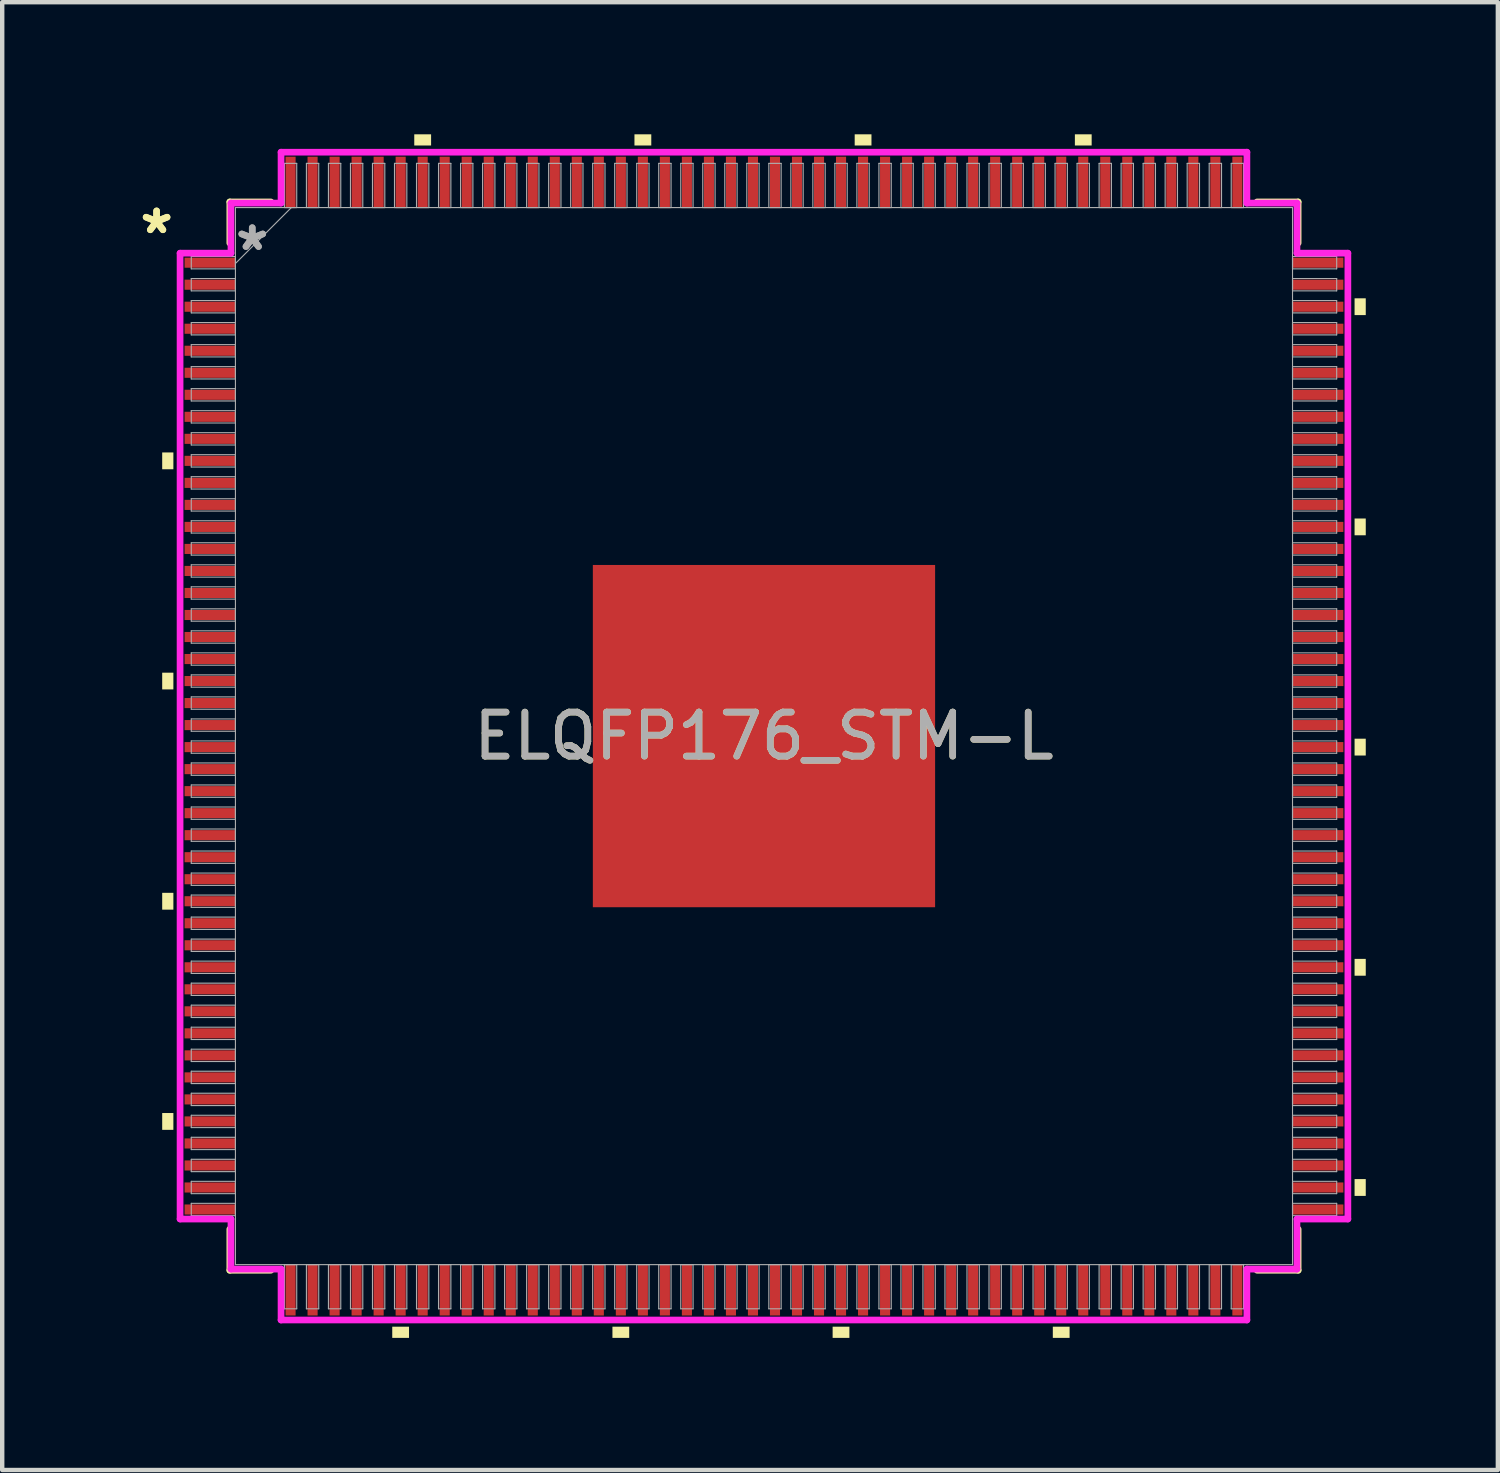
<source format=kicad_pcb>
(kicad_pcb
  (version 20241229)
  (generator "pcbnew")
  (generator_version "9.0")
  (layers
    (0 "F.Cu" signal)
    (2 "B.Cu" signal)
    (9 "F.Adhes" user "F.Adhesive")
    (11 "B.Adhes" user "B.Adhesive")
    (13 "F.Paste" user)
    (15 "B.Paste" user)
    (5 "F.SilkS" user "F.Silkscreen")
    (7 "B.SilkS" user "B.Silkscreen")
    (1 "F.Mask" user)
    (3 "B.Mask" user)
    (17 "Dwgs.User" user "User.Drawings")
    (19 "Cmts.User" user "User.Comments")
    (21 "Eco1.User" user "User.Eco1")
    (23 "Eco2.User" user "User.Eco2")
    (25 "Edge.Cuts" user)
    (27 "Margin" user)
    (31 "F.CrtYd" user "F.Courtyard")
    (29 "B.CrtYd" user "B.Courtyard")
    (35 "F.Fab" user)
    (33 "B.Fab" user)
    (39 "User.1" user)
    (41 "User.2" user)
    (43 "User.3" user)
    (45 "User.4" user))
  (footprint "ELQFP176_STM-L"
    (layer "F.Cu")
    (at 14.298 13.665)
    (property "Reference" "ELQFP176_STM-L" (at 0 0 0) (unlocked yes) (layer "F.SilkS") (effects (font (size 1 1) (thickness 0.15))))
    (attr smd)
    (fp_line (start -12.129 -12.129) (end -12.129 -11.197) (stroke (width 0.152) (type solid)) (layer "F.SilkS"))
    (fp_line (start -12.129 11.197) (end -12.129 12.129) (stroke (width 0.152) (type solid)) (layer "F.SilkS"))
    (fp_line (start -12.129 12.129) (end -11.197 12.129) (stroke (width 0.152) (type solid)) (layer "F.SilkS"))
    (fp_line (start -11.197 -12.129) (end -12.129 -12.129) (stroke (width 0.152) (type solid)) (layer "F.SilkS"))
    (fp_line (start 11.197 12.129) (end 12.129 12.129) (stroke (width 0.152) (type solid)) (layer "F.SilkS"))
    (fp_line (start 12.129 -12.129) (end 11.197 -12.129) (stroke (width 0.152) (type solid)) (layer "F.SilkS"))
    (fp_line (start 12.129 -11.197) (end 12.129 -12.129) (stroke (width 0.152) (type solid)) (layer "F.SilkS"))
    (fp_line (start 12.129 12.129) (end 12.129 11.197) (stroke (width 0.152) (type solid)) (layer "F.SilkS"))
    (fp_poly (pts (xy -13.665 -6.441) (xy -13.665 -6.059) (xy -13.411 -6.059) (xy -13.411 -6.441)) (stroke (width 0) (type solid)) (fill yes) (layer "F.SilkS"))
    (fp_poly (pts (xy -13.665 -1.44) (xy -13.665 -1.06) (xy -13.411 -1.06) (xy -13.411 -1.44)) (stroke (width 0) (type solid)) (fill yes) (layer "F.SilkS"))
    (fp_poly (pts (xy -13.665 3.559) (xy -13.665 3.941) (xy -13.411 3.941) (xy -13.411 3.559)) (stroke (width 0) (type solid)) (fill yes) (layer "F.SilkS"))
    (fp_poly (pts (xy -13.665 8.559) (xy -13.665 8.941) (xy -13.411 8.941) (xy -13.411 8.559)) (stroke (width 0) (type solid)) (fill yes) (layer "F.SilkS"))
    (fp_poly (pts (xy -8.441 13.411) (xy -8.441 13.665) (xy -8.06 13.665) (xy -8.06 13.411)) (stroke (width 0) (type solid)) (fill yes) (layer "F.SilkS"))
    (fp_poly (pts (xy -7.941 -13.411) (xy -7.941 -13.665) (xy -7.559 -13.665) (xy -7.559 -13.411)) (stroke (width 0) (type solid)) (fill yes) (layer "F.SilkS"))
    (fp_poly (pts (xy -3.441 13.411) (xy -3.441 13.665) (xy -3.06 13.665) (xy -3.06 13.411)) (stroke (width 0) (type solid)) (fill yes) (layer "F.SilkS"))
    (fp_poly (pts (xy -2.941 -13.411) (xy -2.941 -13.665) (xy -2.559 -13.665) (xy -2.559 -13.411)) (stroke (width 0) (type solid)) (fill yes) (layer "F.SilkS"))
    (fp_poly (pts (xy 1.559 13.411) (xy 1.559 13.665) (xy 1.94 13.665) (xy 1.94 13.411)) (stroke (width 0) (type solid)) (fill yes) (layer "F.SilkS"))
    (fp_poly (pts (xy 2.06 -13.411) (xy 2.06 -13.665) (xy 2.441 -13.665) (xy 2.441 -13.411)) (stroke (width 0) (type solid)) (fill yes) (layer "F.SilkS"))
    (fp_poly (pts (xy 6.559 13.411) (xy 6.559 13.665) (xy 6.94 13.665) (xy 6.94 13.411)) (stroke (width 0) (type solid)) (fill yes) (layer "F.SilkS"))
    (fp_poly (pts (xy 7.06 -13.411) (xy 7.06 -13.665) (xy 7.441 -13.665) (xy 7.441 -13.411)) (stroke (width 0) (type solid)) (fill yes) (layer "F.SilkS"))
    (fp_poly (pts (xy 13.665 -9.941) (xy 13.665 -9.56) (xy 13.411 -9.56) (xy 13.411 -9.941)) (stroke (width 0) (type solid)) (fill yes) (layer "F.SilkS"))
    (fp_poly (pts (xy 13.665 -4.941) (xy 13.665 -4.56) (xy 13.411 -4.56) (xy 13.411 -4.941)) (stroke (width 0) (type solid)) (fill yes) (layer "F.SilkS"))
    (fp_poly (pts (xy 13.665 0.059) (xy 13.665 0.441) (xy 13.411 0.441) (xy 13.411 0.059)) (stroke (width 0) (type solid)) (fill yes) (layer "F.SilkS"))
    (fp_poly (pts (xy 13.665 5.059) (xy 13.665 5.441) (xy 13.411 5.441) (xy 13.411 5.059)) (stroke (width 0) (type solid)) (fill yes) (layer "F.SilkS"))
    (fp_poly (pts (xy 13.665 10.059) (xy 13.665 10.441) (xy 13.411 10.441) (xy 13.411 10.059)) (stroke (width 0) (type solid)) (fill yes) (layer "F.SilkS"))
    (fp_poly (pts (xy -3.786 -3.786) (xy -3.786 -2.691) (xy -2.691 -2.691) (xy -2.691 -3.786)) (stroke (width 0) (type solid)) (fill yes) (layer "F.Paste"))
    (fp_poly (pts (xy -3.786 -2.491) (xy -3.786 -1.395) (xy -2.691 -1.395) (xy -2.691 -2.491)) (stroke (width 0) (type solid)) (fill yes) (layer "F.Paste"))
    (fp_poly (pts (xy -3.786 -1.195) (xy -3.786 -0.1) (xy -2.691 -0.1) (xy -2.691 -1.195)) (stroke (width 0) (type solid)) (fill yes) (layer "F.Paste"))
    (fp_poly (pts (xy -3.786 0.1) (xy -3.786 1.195) (xy -2.691 1.195) (xy -2.691 0.1)) (stroke (width 0) (type solid)) (fill yes) (layer "F.Paste"))
    (fp_poly (pts (xy -3.786 1.395) (xy -3.786 2.491) (xy -2.691 2.491) (xy -2.691 1.395)) (stroke (width 0) (type solid)) (fill yes) (layer "F.Paste"))
    (fp_poly (pts (xy -3.786 2.691) (xy -3.786 3.786) (xy -2.691 3.786) (xy -2.691 2.691)) (stroke (width 0) (type solid)) (fill yes) (layer "F.Paste"))
    (fp_poly (pts (xy -2.491 -3.786) (xy -2.491 -2.691) (xy -1.395 -2.691) (xy -1.395 -3.786)) (stroke (width 0) (type solid)) (fill yes) (layer "F.Paste"))
    (fp_poly (pts (xy -2.491 -2.491) (xy -2.491 -1.395) (xy -1.395 -1.395) (xy -1.395 -2.491)) (stroke (width 0) (type solid)) (fill yes) (layer "F.Paste"))
    (fp_poly (pts (xy -2.491 -1.195) (xy -2.491 -0.1) (xy -1.395 -0.1) (xy -1.395 -1.195)) (stroke (width 0) (type solid)) (fill yes) (layer "F.Paste"))
    (fp_poly (pts (xy -2.491 0.1) (xy -2.491 1.195) (xy -1.395 1.195) (xy -1.395 0.1)) (stroke (width 0) (type solid)) (fill yes) (layer "F.Paste"))
    (fp_poly (pts (xy -2.491 1.395) (xy -2.491 2.491) (xy -1.395 2.491) (xy -1.395 1.395)) (stroke (width 0) (type solid)) (fill yes) (layer "F.Paste"))
    (fp_poly (pts (xy -2.491 2.691) (xy -2.491 3.786) (xy -1.395 3.786) (xy -1.395 2.691)) (stroke (width 0) (type solid)) (fill yes) (layer "F.Paste"))
    (fp_poly (pts (xy -1.195 -3.786) (xy -1.195 -2.691) (xy -0.1 -2.691) (xy -0.1 -3.786)) (stroke (width 0) (type solid)) (fill yes) (layer "F.Paste"))
    (fp_poly (pts (xy -1.195 -2.491) (xy -1.195 -1.395) (xy -0.1 -1.395) (xy -0.1 -2.491)) (stroke (width 0) (type solid)) (fill yes) (layer "F.Paste"))
    (fp_poly (pts (xy -1.195 -1.195) (xy -1.195 -0.1) (xy -0.1 -0.1) (xy -0.1 -1.195)) (stroke (width 0) (type solid)) (fill yes) (layer "F.Paste"))
    (fp_poly (pts (xy -1.195 0.1) (xy -1.195 1.195) (xy -0.1 1.195) (xy -0.1 0.1)) (stroke (width 0) (type solid)) (fill yes) (layer "F.Paste"))
    (fp_poly (pts (xy -1.195 1.395) (xy -1.195 2.491) (xy -0.1 2.491) (xy -0.1 1.395)) (stroke (width 0) (type solid)) (fill yes) (layer "F.Paste"))
    (fp_poly (pts (xy -1.195 2.691) (xy -1.195 3.786) (xy -0.1 3.786) (xy -0.1 2.691)) (stroke (width 0) (type solid)) (fill yes) (layer "F.Paste"))
    (fp_poly (pts (xy 0.1 -3.786) (xy 0.1 -2.691) (xy 1.195 -2.691) (xy 1.195 -3.786)) (stroke (width 0) (type solid)) (fill yes) (layer "F.Paste"))
    (fp_poly (pts (xy 0.1 -2.491) (xy 0.1 -1.395) (xy 1.195 -1.395) (xy 1.195 -2.491)) (stroke (width 0) (type solid)) (fill yes) (layer "F.Paste"))
    (fp_poly (pts (xy 0.1 -1.195) (xy 0.1 -0.1) (xy 1.195 -0.1) (xy 1.195 -1.195)) (stroke (width 0) (type solid)) (fill yes) (layer "F.Paste"))
    (fp_poly (pts (xy 0.1 0.1) (xy 0.1 1.195) (xy 1.195 1.195) (xy 1.195 0.1)) (stroke (width 0) (type solid)) (fill yes) (layer "F.Paste"))
    (fp_poly (pts (xy 0.1 1.395) (xy 0.1 2.491) (xy 1.195 2.491) (xy 1.195 1.395)) (stroke (width 0) (type solid)) (fill yes) (layer "F.Paste"))
    (fp_poly (pts (xy 0.1 2.691) (xy 0.1 3.786) (xy 1.195 3.786) (xy 1.195 2.691)) (stroke (width 0) (type solid)) (fill yes) (layer "F.Paste"))
    (fp_poly (pts (xy 1.395 -3.786) (xy 1.395 -2.691) (xy 2.491 -2.691) (xy 2.491 -3.786)) (stroke (width 0) (type solid)) (fill yes) (layer "F.Paste"))
    (fp_poly (pts (xy 1.395 -2.491) (xy 1.395 -1.395) (xy 2.491 -1.395) (xy 2.491 -2.491)) (stroke (width 0) (type solid)) (fill yes) (layer "F.Paste"))
    (fp_poly (pts (xy 1.395 -1.195) (xy 1.395 -0.1) (xy 2.491 -0.1) (xy 2.491 -1.195)) (stroke (width 0) (type solid)) (fill yes) (layer "F.Paste"))
    (fp_poly (pts (xy 1.395 0.1) (xy 1.395 1.195) (xy 2.491 1.195) (xy 2.491 0.1)) (stroke (width 0) (type solid)) (fill yes) (layer "F.Paste"))
    (fp_poly (pts (xy 1.395 1.395) (xy 1.395 2.491) (xy 2.491 2.491) (xy 2.491 1.395)) (stroke (width 0) (type solid)) (fill yes) (layer "F.Paste"))
    (fp_poly (pts (xy 1.395 2.691) (xy 1.395 3.786) (xy 2.491 3.786) (xy 2.491 2.691)) (stroke (width 0) (type solid)) (fill yes) (layer "F.Paste"))
    (fp_poly (pts (xy 2.691 -3.786) (xy 2.691 -2.691) (xy 3.786 -2.691) (xy 3.786 -3.786)) (stroke (width 0) (type solid)) (fill yes) (layer "F.Paste"))
    (fp_poly (pts (xy 2.691 -2.491) (xy 2.691 -1.395) (xy 3.786 -1.395) (xy 3.786 -2.491)) (stroke (width 0) (type solid)) (fill yes) (layer "F.Paste"))
    (fp_poly (pts (xy 2.691 -1.195) (xy 2.691 -0.1) (xy 3.786 -0.1) (xy 3.786 -1.195)) (stroke (width 0) (type solid)) (fill yes) (layer "F.Paste"))
    (fp_poly (pts (xy 2.691 0.1) (xy 2.691 1.195) (xy 3.786 1.195) (xy 3.786 0.1)) (stroke (width 0) (type solid)) (fill yes) (layer "F.Paste"))
    (fp_poly (pts (xy 2.691 1.395) (xy 2.691 2.491) (xy 3.786 2.491) (xy 3.786 1.395)) (stroke (width 0) (type solid)) (fill yes) (layer "F.Paste"))
    (fp_poly (pts (xy 2.691 2.691) (xy 2.691 3.786) (xy 3.786 3.786) (xy 3.786 2.691)) (stroke (width 0) (type solid)) (fill yes) (layer "F.Paste"))
    (fp_line (start -13.259 -10.966) (end -12.103 -10.966) (stroke (width 0.152) (type solid)) (layer "F.CrtYd"))
    (fp_line (start -13.259 10.966) (end -13.259 -10.966) (stroke (width 0.152) (type solid)) (layer "F.CrtYd"))
    (fp_line (start -12.103 -12.103) (end -10.966 -12.103) (stroke (width 0.152) (type solid)) (layer "F.CrtYd"))
    (fp_line (start -12.103 -10.966) (end -12.103 -12.103) (stroke (width 0.152) (type solid)) (layer "F.CrtYd"))
    (fp_line (start -12.103 10.966) (end -13.259 10.966) (stroke (width 0.152) (type solid)) (layer "F.CrtYd"))
    (fp_line (start -12.103 12.103) (end -12.103 10.966) (stroke (width 0.152) (type solid)) (layer "F.CrtYd"))
    (fp_line (start -12.103 12.103) (end -10.966 12.103) (stroke (width 0.152) (type solid)) (layer "F.CrtYd"))
    (fp_line (start -10.966 -13.259) (end 10.966 -13.259) (stroke (width 0.152) (type solid)) (layer "F.CrtYd"))
    (fp_line (start -10.966 -12.103) (end -10.966 -13.259) (stroke (width 0.152) (type solid)) (layer "F.CrtYd"))
    (fp_line (start -10.966 12.103) (end -10.966 13.259) (stroke (width 0.152) (type solid)) (layer "F.CrtYd"))
    (fp_line (start -10.966 13.259) (end 10.966 13.259) (stroke (width 0.152) (type solid)) (layer "F.CrtYd"))
    (fp_line (start 10.966 -13.259) (end 10.966 -12.103) (stroke (width 0.152) (type solid)) (layer "F.CrtYd"))
    (fp_line (start 10.966 -12.103) (end 12.103 -12.103) (stroke (width 0.152) (type solid)) (layer "F.CrtYd"))
    (fp_line (start 10.966 12.103) (end 12.103 12.103) (stroke (width 0.152) (type solid)) (layer "F.CrtYd"))
    (fp_line (start 10.966 13.259) (end 10.966 12.103) (stroke (width 0.152) (type solid)) (layer "F.CrtYd"))
    (fp_line (start 12.103 -10.966) (end 12.103 -12.103) (stroke (width 0.152) (type solid)) (layer "F.CrtYd"))
    (fp_line (start 12.103 10.966) (end 13.259 10.966) (stroke (width 0.152) (type solid)) (layer "F.CrtYd"))
    (fp_line (start 12.103 12.103) (end 12.103 10.966) (stroke (width 0.152) (type solid)) (layer "F.CrtYd"))
    (fp_line (start 13.259 -10.966) (end 12.103 -10.966) (stroke (width 0.152) (type solid)) (layer "F.CrtYd"))
    (fp_line (start 13.259 10.966) (end 13.259 -10.966) (stroke (width 0.152) (type solid)) (layer "F.CrtYd"))
    (fp_line (start -13.005 -10.89) (end -13.005 -10.61) (stroke (width 0.025) (type solid)) (layer "F.Fab"))
    (fp_line (start -13.005 -10.61) (end -12.002 -10.61) (stroke (width 0.025) (type solid)) (layer "F.Fab"))
    (fp_line (start -13.005 -10.39) (end -13.005 -10.11) (stroke (width 0.025) (type solid)) (layer "F.Fab"))
    (fp_line (start -13.005 -10.11) (end -12.002 -10.11) (stroke (width 0.025) (type solid)) (layer "F.Fab"))
    (fp_line (start -13.005 -9.89) (end -13.005 -9.61) (stroke (width 0.025) (type solid)) (layer "F.Fab"))
    (fp_line (start -13.005 -9.61) (end -12.002 -9.61) (stroke (width 0.025) (type solid)) (layer "F.Fab"))
    (fp_line (start -13.005 -9.39) (end -13.005 -9.11) (stroke (width 0.025) (type solid)) (layer "F.Fab"))
    (fp_line (start -13.005 -9.11) (end -12.002 -9.11) (stroke (width 0.025) (type solid)) (layer "F.Fab"))
    (fp_line (start -13.005 -8.89) (end -13.005 -8.61) (stroke (width 0.025) (type solid)) (layer "F.Fab"))
    (fp_line (start -13.005 -8.61) (end -12.002 -8.61) (stroke (width 0.025) (type solid)) (layer "F.Fab"))
    (fp_line (start -13.005 -8.39) (end -13.005 -8.11) (stroke (width 0.025) (type solid)) (layer "F.Fab"))
    (fp_line (start -13.005 -8.11) (end -12.002 -8.11) (stroke (width 0.025) (type solid)) (layer "F.Fab"))
    (fp_line (start -13.005 -7.89) (end -13.005 -7.61) (stroke (width 0.025) (type solid)) (layer "F.Fab"))
    (fp_line (start -13.005 -7.61) (end -12.002 -7.61) (stroke (width 0.025) (type solid)) (layer "F.Fab"))
    (fp_line (start -13.005 -7.39) (end -13.005 -7.11) (stroke (width 0.025) (type solid)) (layer "F.Fab"))
    (fp_line (start -13.005 -7.11) (end -12.002 -7.11) (stroke (width 0.025) (type solid)) (layer "F.Fab"))
    (fp_line (start -13.005 -6.89) (end -13.005 -6.61) (stroke (width 0.025) (type solid)) (layer "F.Fab"))
    (fp_line (start -13.005 -6.61) (end -12.002 -6.61) (stroke (width 0.025) (type solid)) (layer "F.Fab"))
    (fp_line (start -13.005 -6.39) (end -13.005 -6.11) (stroke (width 0.025) (type solid)) (layer "F.Fab"))
    (fp_line (start -13.005 -6.11) (end -12.002 -6.11) (stroke (width 0.025) (type solid)) (layer "F.Fab"))
    (fp_line (start -13.005 -5.89) (end -13.005 -5.61) (stroke (width 0.025) (type solid)) (layer "F.Fab"))
    (fp_line (start -13.005 -5.61) (end -12.002 -5.61) (stroke (width 0.025) (type solid)) (layer "F.Fab"))
    (fp_line (start -13.005 -5.39) (end -13.005 -5.11) (stroke (width 0.025) (type solid)) (layer "F.Fab"))
    (fp_line (start -13.005 -5.11) (end -12.002 -5.11) (stroke (width 0.025) (type solid)) (layer "F.Fab"))
    (fp_line (start -13.005 -4.89) (end -13.005 -4.61) (stroke (width 0.025) (type solid)) (layer "F.Fab"))
    (fp_line (start -13.005 -4.61) (end -12.002 -4.61) (stroke (width 0.025) (type solid)) (layer "F.Fab"))
    (fp_line (start -13.005 -4.39) (end -13.005 -4.11) (stroke (width 0.025) (type solid)) (layer "F.Fab"))
    (fp_line (start -13.005 -4.11) (end -12.002 -4.11) (stroke (width 0.025) (type solid)) (layer "F.Fab"))
    (fp_line (start -13.005 -3.89) (end -13.005 -3.61) (stroke (width 0.025) (type solid)) (layer "F.Fab"))
    (fp_line (start -13.005 -3.61) (end -12.002 -3.61) (stroke (width 0.025) (type solid)) (layer "F.Fab"))
    (fp_line (start -13.005 -3.39) (end -13.005 -3.11) (stroke (width 0.025) (type solid)) (layer "F.Fab"))
    (fp_line (start -13.005 -3.11) (end -12.002 -3.11) (stroke (width 0.025) (type solid)) (layer "F.Fab"))
    (fp_line (start -13.005 -2.89) (end -13.005 -2.61) (stroke (width 0.025) (type solid)) (layer "F.Fab"))
    (fp_line (start -13.005 -2.61) (end -12.002 -2.61) (stroke (width 0.025) (type solid)) (layer "F.Fab"))
    (fp_line (start -13.005 -2.39) (end -13.005 -2.11) (stroke (width 0.025) (type solid)) (layer "F.Fab"))
    (fp_line (start -13.005 -2.11) (end -12.002 -2.11) (stroke (width 0.025) (type solid)) (layer "F.Fab"))
    (fp_line (start -13.005 -1.89) (end -13.005 -1.61) (stroke (width 0.025) (type solid)) (layer "F.Fab"))
    (fp_line (start -13.005 -1.61) (end -12.002 -1.61) (stroke (width 0.025) (type solid)) (layer "F.Fab"))
    (fp_line (start -13.005 -1.39) (end -13.005 -1.11) (stroke (width 0.025) (type solid)) (layer "F.Fab"))
    (fp_line (start -13.005 -1.11) (end -12.002 -1.11) (stroke (width 0.025) (type solid)) (layer "F.Fab"))
    (fp_line (start -13.005 -0.89) (end -13.005 -0.61) (stroke (width 0.025) (type solid)) (layer "F.Fab"))
    (fp_line (start -13.005 -0.61) (end -12.002 -0.61) (stroke (width 0.025) (type solid)) (layer "F.Fab"))
    (fp_line (start -13.005 -0.39) (end -13.005 -0.11) (stroke (width 0.025) (type solid)) (layer "F.Fab"))
    (fp_line (start -13.005 -0.11) (end -12.002 -0.11) (stroke (width 0.025) (type solid)) (layer "F.Fab"))
    (fp_line (start -13.005 0.11) (end -13.005 0.39) (stroke (width 0.025) (type solid)) (layer "F.Fab"))
    (fp_line (start -13.005 0.39) (end -12.002 0.39) (stroke (width 0.025) (type solid)) (layer "F.Fab"))
    (fp_line (start -13.005 0.61) (end -13.005 0.89) (stroke (width 0.025) (type solid)) (layer "F.Fab"))
    (fp_line (start -13.005 0.89) (end -12.002 0.89) (stroke (width 0.025) (type solid)) (layer "F.Fab"))
    (fp_line (start -13.005 1.11) (end -13.005 1.39) (stroke (width 0.025) (type solid)) (layer "F.Fab"))
    (fp_line (start -13.005 1.39) (end -12.002 1.39) (stroke (width 0.025) (type solid)) (layer "F.Fab"))
    (fp_line (start -13.005 1.61) (end -13.005 1.89) (stroke (width 0.025) (type solid)) (layer "F.Fab"))
    (fp_line (start -13.005 1.89) (end -12.002 1.89) (stroke (width 0.025) (type solid)) (layer "F.Fab"))
    (fp_line (start -13.005 2.11) (end -13.005 2.39) (stroke (width 0.025) (type solid)) (layer "F.Fab"))
    (fp_line (start -13.005 2.39) (end -12.002 2.39) (stroke (width 0.025) (type solid)) (layer "F.Fab"))
    (fp_line (start -13.005 2.61) (end -13.005 2.89) (stroke (width 0.025) (type solid)) (layer "F.Fab"))
    (fp_line (start -13.005 2.89) (end -12.002 2.89) (stroke (width 0.025) (type solid)) (layer "F.Fab"))
    (fp_line (start -13.005 3.11) (end -13.005 3.39) (stroke (width 0.025) (type solid)) (layer "F.Fab"))
    (fp_line (start -13.005 3.39) (end -12.002 3.39) (stroke (width 0.025) (type solid)) (layer "F.Fab"))
    (fp_line (start -13.005 3.61) (end -13.005 3.89) (stroke (width 0.025) (type solid)) (layer "F.Fab"))
    (fp_line (start -13.005 3.89) (end -12.002 3.89) (stroke (width 0.025) (type solid)) (layer "F.Fab"))
    (fp_line (start -13.005 4.11) (end -13.005 4.39) (stroke (width 0.025) (type solid)) (layer "F.Fab"))
    (fp_line (start -13.005 4.39) (end -12.002 4.39) (stroke (width 0.025) (type solid)) (layer "F.Fab"))
    (fp_line (start -13.005 4.61) (end -13.005 4.89) (stroke (width 0.025) (type solid)) (layer "F.Fab"))
    (fp_line (start -13.005 4.89) (end -12.002 4.89) (stroke (width 0.025) (type solid)) (layer "F.Fab"))
    (fp_line (start -13.005 5.11) (end -13.005 5.39) (stroke (width 0.025) (type solid)) (layer "F.Fab"))
    (fp_line (start -13.005 5.39) (end -12.002 5.39) (stroke (width 0.025) (type solid)) (layer "F.Fab"))
    (fp_line (start -13.005 5.61) (end -13.005 5.89) (stroke (width 0.025) (type solid)) (layer "F.Fab"))
    (fp_line (start -13.005 5.89) (end -12.002 5.89) (stroke (width 0.025) (type solid)) (layer "F.Fab"))
    (fp_line (start -13.005 6.11) (end -13.005 6.39) (stroke (width 0.025) (type solid)) (layer "F.Fab"))
    (fp_line (start -13.005 6.39) (end -12.002 6.39) (stroke (width 0.025) (type solid)) (layer "F.Fab"))
    (fp_line (start -13.005 6.61) (end -13.005 6.89) (stroke (width 0.025) (type solid)) (layer "F.Fab"))
    (fp_line (start -13.005 6.89) (end -12.002 6.89) (stroke (width 0.025) (type solid)) (layer "F.Fab"))
    (fp_line (start -13.005 7.11) (end -13.005 7.39) (stroke (width 0.025) (type solid)) (layer "F.Fab"))
    (fp_line (start -13.005 7.39) (end -12.002 7.39) (stroke (width 0.025) (type solid)) (layer "F.Fab"))
    (fp_line (start -13.005 7.61) (end -13.005 7.89) (stroke (width 0.025) (type solid)) (layer "F.Fab"))
    (fp_line (start -13.005 7.89) (end -12.002 7.89) (stroke (width 0.025) (type solid)) (layer "F.Fab"))
    (fp_line (start -13.005 8.11) (end -13.005 8.39) (stroke (width 0.025) (type solid)) (layer "F.Fab"))
    (fp_line (start -13.005 8.39) (end -12.002 8.39) (stroke (width 0.025) (type solid)) (layer "F.Fab"))
    (fp_line (start -13.005 8.61) (end -13.005 8.89) (stroke (width 0.025) (type solid)) (layer "F.Fab"))
    (fp_line (start -13.005 8.89) (end -12.002 8.89) (stroke (width 0.025) (type solid)) (layer "F.Fab"))
    (fp_line (start -13.005 9.11) (end -13.005 9.39) (stroke (width 0.025) (type solid)) (layer "F.Fab"))
    (fp_line (start -13.005 9.39) (end -12.002 9.39) (stroke (width 0.025) (type solid)) (layer "F.Fab"))
    (fp_line (start -13.005 9.61) (end -13.005 9.89) (stroke (width 0.025) (type solid)) (layer "F.Fab"))
    (fp_line (start -13.005 9.89) (end -12.002 9.89) (stroke (width 0.025) (type solid)) (layer "F.Fab"))
    (fp_line (start -13.005 10.11) (end -13.005 10.39) (stroke (width 0.025) (type solid)) (layer "F.Fab"))
    (fp_line (start -13.005 10.39) (end -12.002 10.39) (stroke (width 0.025) (type solid)) (layer "F.Fab"))
    (fp_line (start -13.005 10.61) (end -13.005 10.89) (stroke (width 0.025) (type solid)) (layer "F.Fab"))
    (fp_line (start -13.005 10.89) (end -12.002 10.89) (stroke (width 0.025) (type solid)) (layer "F.Fab"))
    (fp_line (start -12.002 -12.002) (end -12.002 12.002) (stroke (width 0.025) (type solid)) (layer "F.Fab"))
    (fp_line (start -12.002 -10.89) (end -13.005 -10.89) (stroke (width 0.025) (type solid)) (layer "F.Fab"))
    (fp_line (start -12.002 -10.732) (end -10.732 -12.002) (stroke (width 0.025) (type solid)) (layer "F.Fab"))
    (fp_line (start -12.002 -10.61) (end -12.002 -10.89) (stroke (width 0.025) (type solid)) (layer "F.Fab"))
    (fp_line (start -12.002 -10.39) (end -13.005 -10.39) (stroke (width 0.025) (type solid)) (layer "F.Fab"))
    (fp_line (start -12.002 -10.11) (end -12.002 -10.39) (stroke (width 0.025) (type solid)) (layer "F.Fab"))
    (fp_line (start -12.002 -9.89) (end -13.005 -9.89) (stroke (width 0.025) (type solid)) (layer "F.Fab"))
    (fp_line (start -12.002 -9.61) (end -12.002 -9.89) (stroke (width 0.025) (type solid)) (layer "F.Fab"))
    (fp_line (start -12.002 -9.39) (end -13.005 -9.39) (stroke (width 0.025) (type solid)) (layer "F.Fab"))
    (fp_line (start -12.002 -9.11) (end -12.002 -9.39) (stroke (width 0.025) (type solid)) (layer "F.Fab"))
    (fp_line (start -12.002 -8.89) (end -13.005 -8.89) (stroke (width 0.025) (type solid)) (layer "F.Fab"))
    (fp_line (start -12.002 -8.61) (end -12.002 -8.89) (stroke (width 0.025) (type solid)) (layer "F.Fab"))
    (fp_line (start -12.002 -8.39) (end -13.005 -8.39) (stroke (width 0.025) (type solid)) (layer "F.Fab"))
    (fp_line (start -12.002 -8.11) (end -12.002 -8.39) (stroke (width 0.025) (type solid)) (layer "F.Fab"))
    (fp_line (start -12.002 -7.89) (end -13.005 -7.89) (stroke (width 0.025) (type solid)) (layer "F.Fab"))
    (fp_line (start -12.002 -7.61) (end -12.002 -7.89) (stroke (width 0.025) (type solid)) (layer "F.Fab"))
    (fp_line (start -12.002 -7.39) (end -13.005 -7.39) (stroke (width 0.025) (type solid)) (layer "F.Fab"))
    (fp_line (start -12.002 -7.11) (end -12.002 -7.39) (stroke (width 0.025) (type solid)) (layer "F.Fab"))
    (fp_line (start -12.002 -6.89) (end -13.005 -6.89) (stroke (width 0.025) (type solid)) (layer "F.Fab"))
    (fp_line (start -12.002 -6.61) (end -12.002 -6.89) (stroke (width 0.025) (type solid)) (layer "F.Fab"))
    (fp_line (start -12.002 -6.39) (end -13.005 -6.39) (stroke (width 0.025) (type solid)) (layer "F.Fab"))
    (fp_line (start -12.002 -6.11) (end -12.002 -6.39) (stroke (width 0.025) (type solid)) (layer "F.Fab"))
    (fp_line (start -12.002 -5.89) (end -13.005 -5.89) (stroke (width 0.025) (type solid)) (layer "F.Fab"))
    (fp_line (start -12.002 -5.61) (end -12.002 -5.89) (stroke (width 0.025) (type solid)) (layer "F.Fab"))
    (fp_line (start -12.002 -5.39) (end -13.005 -5.39) (stroke (width 0.025) (type solid)) (layer "F.Fab"))
    (fp_line (start -12.002 -5.11) (end -12.002 -5.39) (stroke (width 0.025) (type solid)) (layer "F.Fab"))
    (fp_line (start -12.002 -4.89) (end -13.005 -4.89) (stroke (width 0.025) (type solid)) (layer "F.Fab"))
    (fp_line (start -12.002 -4.61) (end -12.002 -4.89) (stroke (width 0.025) (type solid)) (layer "F.Fab"))
    (fp_line (start -12.002 -4.39) (end -13.005 -4.39) (stroke (width 0.025) (type solid)) (layer "F.Fab"))
    (fp_line (start -12.002 -4.11) (end -12.002 -4.39) (stroke (width 0.025) (type solid)) (layer "F.Fab"))
    (fp_line (start -12.002 -3.89) (end -13.005 -3.89) (stroke (width 0.025) (type solid)) (layer "F.Fab"))
    (fp_line (start -12.002 -3.61) (end -12.002 -3.89) (stroke (width 0.025) (type solid)) (layer "F.Fab"))
    (fp_line (start -12.002 -3.39) (end -13.005 -3.39) (stroke (width 0.025) (type solid)) (layer "F.Fab"))
    (fp_line (start -12.002 -3.11) (end -12.002 -3.39) (stroke (width 0.025) (type solid)) (layer "F.Fab"))
    (fp_line (start -12.002 -2.89) (end -13.005 -2.89) (stroke (width 0.025) (type solid)) (layer "F.Fab"))
    (fp_line (start -12.002 -2.61) (end -12.002 -2.89) (stroke (width 0.025) (type solid)) (layer "F.Fab"))
    (fp_line (start -12.002 -2.39) (end -13.005 -2.39) (stroke (width 0.025) (type solid)) (layer "F.Fab"))
    (fp_line (start -12.002 -2.11) (end -12.002 -2.39) (stroke (width 0.025) (type solid)) (layer "F.Fab"))
    (fp_line (start -12.002 -1.89) (end -13.005 -1.89) (stroke (width 0.025) (type solid)) (layer "F.Fab"))
    (fp_line (start -12.002 -1.61) (end -12.002 -1.89) (stroke (width 0.025) (type solid)) (layer "F.Fab"))
    (fp_line (start -12.002 -1.39) (end -13.005 -1.39) (stroke (width 0.025) (type solid)) (layer "F.Fab"))
    (fp_line (start -12.002 -1.11) (end -12.002 -1.39) (stroke (width 0.025) (type solid)) (layer "F.Fab"))
    (fp_line (start -12.002 -0.89) (end -13.005 -0.89) (stroke (width 0.025) (type solid)) (layer "F.Fab"))
    (fp_line (start -12.002 -0.61) (end -12.002 -0.89) (stroke (width 0.025) (type solid)) (layer "F.Fab"))
    (fp_line (start -12.002 -0.39) (end -13.005 -0.39) (stroke (width 0.025) (type solid)) (layer "F.Fab"))
    (fp_line (start -12.002 -0.11) (end -12.002 -0.39) (stroke (width 0.025) (type solid)) (layer "F.Fab"))
    (fp_line (start -12.002 0.11) (end -13.005 0.11) (stroke (width 0.025) (type solid)) (layer "F.Fab"))
    (fp_line (start -12.002 0.39) (end -12.002 0.11) (stroke (width 0.025) (type solid)) (layer "F.Fab"))
    (fp_line (start -12.002 0.61) (end -13.005 0.61) (stroke (width 0.025) (type solid)) (layer "F.Fab"))
    (fp_line (start -12.002 0.89) (end -12.002 0.61) (stroke (width 0.025) (type solid)) (layer "F.Fab"))
    (fp_line (start -12.002 1.11) (end -13.005 1.11) (stroke (width 0.025) (type solid)) (layer "F.Fab"))
    (fp_line (start -12.002 1.39) (end -12.002 1.11) (stroke (width 0.025) (type solid)) (layer "F.Fab"))
    (fp_line (start -12.002 1.61) (end -13.005 1.61) (stroke (width 0.025) (type solid)) (layer "F.Fab"))
    (fp_line (start -12.002 1.89) (end -12.002 1.61) (stroke (width 0.025) (type solid)) (layer "F.Fab"))
    (fp_line (start -12.002 2.11) (end -13.005 2.11) (stroke (width 0.025) (type solid)) (layer "F.Fab"))
    (fp_line (start -12.002 2.39) (end -12.002 2.11) (stroke (width 0.025) (type solid)) (layer "F.Fab"))
    (fp_line (start -12.002 2.61) (end -13.005 2.61) (stroke (width 0.025) (type solid)) (layer "F.Fab"))
    (fp_line (start -12.002 2.89) (end -12.002 2.61) (stroke (width 0.025) (type solid)) (layer "F.Fab"))
    (fp_line (start -12.002 3.11) (end -13.005 3.11) (stroke (width 0.025) (type solid)) (layer "F.Fab"))
    (fp_line (start -12.002 3.39) (end -12.002 3.11) (stroke (width 0.025) (type solid)) (layer "F.Fab"))
    (fp_line (start -12.002 3.61) (end -13.005 3.61) (stroke (width 0.025) (type solid)) (layer "F.Fab"))
    (fp_line (start -12.002 3.89) (end -12.002 3.61) (stroke (width 0.025) (type solid)) (layer "F.Fab"))
    (fp_line (start -12.002 4.11) (end -13.005 4.11) (stroke (width 0.025) (type solid)) (layer "F.Fab"))
    (fp_line (start -12.002 4.39) (end -12.002 4.11) (stroke (width 0.025) (type solid)) (layer "F.Fab"))
    (fp_line (start -12.002 4.61) (end -13.005 4.61) (stroke (width 0.025) (type solid)) (layer "F.Fab"))
    (fp_line (start -12.002 4.89) (end -12.002 4.61) (stroke (width 0.025) (type solid)) (layer "F.Fab"))
    (fp_line (start -12.002 5.11) (end -13.005 5.11) (stroke (width 0.025) (type solid)) (layer "F.Fab"))
    (fp_line (start -12.002 5.39) (end -12.002 5.11) (stroke (width 0.025) (type solid)) (layer "F.Fab"))
    (fp_line (start -12.002 5.61) (end -13.005 5.61) (stroke (width 0.025) (type solid)) (layer "F.Fab"))
    (fp_line (start -12.002 5.89) (end -12.002 5.61) (stroke (width 0.025) (type solid)) (layer "F.Fab"))
    (fp_line (start -12.002 6.11) (end -13.005 6.11) (stroke (width 0.025) (type solid)) (layer "F.Fab"))
    (fp_line (start -12.002 6.39) (end -12.002 6.11) (stroke (width 0.025) (type solid)) (layer "F.Fab"))
    (fp_line (start -12.002 6.61) (end -13.005 6.61) (stroke (width 0.025) (type solid)) (layer "F.Fab"))
    (fp_line (start -12.002 6.89) (end -12.002 6.61) (stroke (width 0.025) (type solid)) (layer "F.Fab"))
    (fp_line (start -12.002 7.11) (end -13.005 7.11) (stroke (width 0.025) (type solid)) (layer "F.Fab"))
    (fp_line (start -12.002 7.39) (end -12.002 7.11) (stroke (width 0.025) (type solid)) (layer "F.Fab"))
    (fp_line (start -12.002 7.61) (end -13.005 7.61) (stroke (width 0.025) (type solid)) (layer "F.Fab"))
    (fp_line (start -12.002 7.89) (end -12.002 7.61) (stroke (width 0.025) (type solid)) (layer "F.Fab"))
    (fp_line (start -12.002 8.11) (end -13.005 8.11) (stroke (width 0.025) (type solid)) (layer "F.Fab"))
    (fp_line (start -12.002 8.39) (end -12.002 8.11) (stroke (width 0.025) (type solid)) (layer "F.Fab"))
    (fp_line (start -12.002 8.61) (end -13.005 8.61) (stroke (width 0.025) (type solid)) (layer "F.Fab"))
    (fp_line (start -12.002 8.89) (end -12.002 8.61) (stroke (width 0.025) (type solid)) (layer "F.Fab"))
    (fp_line (start -12.002 9.11) (end -13.005 9.11) (stroke (width 0.025) (type solid)) (layer "F.Fab"))
    (fp_line (start -12.002 9.39) (end -12.002 9.11) (stroke (width 0.025) (type solid)) (layer "F.Fab"))
    (fp_line (start -12.002 9.61) (end -13.005 9.61) (stroke (width 0.025) (type solid)) (layer "F.Fab"))
    (fp_line (start -12.002 9.89) (end -12.002 9.61) (stroke (width 0.025) (type solid)) (layer "F.Fab"))
    (fp_line (start -12.002 10.11) (end -13.005 10.11) (stroke (width 0.025) (type solid)) (layer "F.Fab"))
    (fp_line (start -12.002 10.39) (end -12.002 10.11) (stroke (width 0.025) (type solid)) (layer "F.Fab"))
    (fp_line (start -12.002 10.61) (end -13.005 10.61) (stroke (width 0.025) (type solid)) (layer "F.Fab"))
    (fp_line (start -12.002 10.89) (end -12.002 10.61) (stroke (width 0.025) (type solid)) (layer "F.Fab"))
    (fp_line (start -12.002 12.002) (end 12.002 12.002) (stroke (width 0.025) (type solid)) (layer "F.Fab"))
    (fp_line (start -10.89 -13.005) (end -10.89 -12.002) (stroke (width 0.025) (type solid)) (layer "F.Fab"))
    (fp_line (start -10.89 -12.002) (end -10.61 -12.002) (stroke (width 0.025) (type solid)) (layer "F.Fab"))
    (fp_line (start -10.89 12.002) (end -10.89 13.005) (stroke (width 0.025) (type solid)) (layer "F.Fab"))
    (fp_line (start -10.89 13.005) (end -10.61 13.005) (stroke (width 0.025) (type solid)) (layer "F.Fab"))
    (fp_line (start -10.61 -13.005) (end -10.89 -13.005) (stroke (width 0.025) (type solid)) (layer "F.Fab"))
    (fp_line (start -10.61 -12.002) (end -10.61 -13.005) (stroke (width 0.025) (type solid)) (layer "F.Fab"))
    (fp_line (start -10.61 12.002) (end -10.89 12.002) (stroke (width 0.025) (type solid)) (layer "F.Fab"))
    (fp_line (start -10.61 13.005) (end -10.61 12.002) (stroke (width 0.025) (type solid)) (layer "F.Fab"))
    (fp_line (start -10.39 -13.005) (end -10.39 -12.002) (stroke (width 0.025) (type solid)) (layer "F.Fab"))
    (fp_line (start -10.39 -12.002) (end -10.11 -12.002) (stroke (width 0.025) (type solid)) (layer "F.Fab"))
    (fp_line (start -10.39 12.002) (end -10.39 13.005) (stroke (width 0.025) (type solid)) (layer "F.Fab"))
    (fp_line (start -10.39 13.005) (end -10.11 13.005) (stroke (width 0.025) (type solid)) (layer "F.Fab"))
    (fp_line (start -10.11 -13.005) (end -10.39 -13.005) (stroke (width 0.025) (type solid)) (layer "F.Fab"))
    (fp_line (start -10.11 -12.002) (end -10.11 -13.005) (stroke (width 0.025) (type solid)) (layer "F.Fab"))
    (fp_line (start -10.11 12.002) (end -10.39 12.002) (stroke (width 0.025) (type solid)) (layer "F.Fab"))
    (fp_line (start -10.11 13.005) (end -10.11 12.002) (stroke (width 0.025) (type solid)) (layer "F.Fab"))
    (fp_line (start -9.89 -13.005) (end -9.89 -12.002) (stroke (width 0.025) (type solid)) (layer "F.Fab"))
    (fp_line (start -9.89 -12.002) (end -9.61 -12.002) (stroke (width 0.025) (type solid)) (layer "F.Fab"))
    (fp_line (start -9.89 12.002) (end -9.89 13.005) (stroke (width 0.025) (type solid)) (layer "F.Fab"))
    (fp_line (start -9.89 13.005) (end -9.61 13.005) (stroke (width 0.025) (type solid)) (layer "F.Fab"))
    (fp_line (start -9.61 -13.005) (end -9.89 -13.005) (stroke (width 0.025) (type solid)) (layer "F.Fab"))
    (fp_line (start -9.61 -12.002) (end -9.61 -13.005) (stroke (width 0.025) (type solid)) (layer "F.Fab"))
    (fp_line (start -9.61 12.002) (end -9.89 12.002) (stroke (width 0.025) (type solid)) (layer "F.Fab"))
    (fp_line (start -9.61 13.005) (end -9.61 12.002) (stroke (width 0.025) (type solid)) (layer "F.Fab"))
    (fp_line (start -9.39 -13.005) (end -9.39 -12.002) (stroke (width 0.025) (type solid)) (layer "F.Fab"))
    (fp_line (start -9.39 -12.002) (end -9.11 -12.002) (stroke (width 0.025) (type solid)) (layer "F.Fab"))
    (fp_line (start -9.39 12.002) (end -9.39 13.005) (stroke (width 0.025) (type solid)) (layer "F.Fab"))
    (fp_line (start -9.39 13.005) (end -9.11 13.005) (stroke (width 0.025) (type solid)) (layer "F.Fab"))
    (fp_line (start -9.11 -13.005) (end -9.39 -13.005) (stroke (width 0.025) (type solid)) (layer "F.Fab"))
    (fp_line (start -9.11 -12.002) (end -9.11 -13.005) (stroke (width 0.025) (type solid)) (layer "F.Fab"))
    (fp_line (start -9.11 12.002) (end -9.39 12.002) (stroke (width 0.025) (type solid)) (layer "F.Fab"))
    (fp_line (start -9.11 13.005) (end -9.11 12.002) (stroke (width 0.025) (type solid)) (layer "F.Fab"))
    (fp_line (start -8.89 -13.005) (end -8.89 -12.002) (stroke (width 0.025) (type solid)) (layer "F.Fab"))
    (fp_line (start -8.89 -12.002) (end -8.61 -12.002) (stroke (width 0.025) (type solid)) (layer "F.Fab"))
    (fp_line (start -8.89 12.002) (end -8.89 13.005) (stroke (width 0.025) (type solid)) (layer "F.Fab"))
    (fp_line (start -8.89 13.005) (end -8.61 13.005) (stroke (width 0.025) (type solid)) (layer "F.Fab"))
    (fp_line (start -8.61 -13.005) (end -8.89 -13.005) (stroke (width 0.025) (type solid)) (layer "F.Fab"))
    (fp_line (start -8.61 -12.002) (end -8.61 -13.005) (stroke (width 0.025) (type solid)) (layer "F.Fab"))
    (fp_line (start -8.61 12.002) (end -8.89 12.002) (stroke (width 0.025) (type solid)) (layer "F.Fab"))
    (fp_line (start -8.61 13.005) (end -8.61 12.002) (stroke (width 0.025) (type solid)) (layer "F.Fab"))
    (fp_line (start -8.39 -13.005) (end -8.39 -12.002) (stroke (width 0.025) (type solid)) (layer "F.Fab"))
    (fp_line (start -8.39 -12.002) (end -8.11 -12.002) (stroke (width 0.025) (type solid)) (layer "F.Fab"))
    (fp_line (start -8.39 12.002) (end -8.39 13.005) (stroke (width 0.025) (type solid)) (layer "F.Fab"))
    (fp_line (start -8.39 13.005) (end -8.11 13.005) (stroke (width 0.025) (type solid)) (layer "F.Fab"))
    (fp_line (start -8.11 -13.005) (end -8.39 -13.005) (stroke (width 0.025) (type solid)) (layer "F.Fab"))
    (fp_line (start -8.11 -12.002) (end -8.11 -13.005) (stroke (width 0.025) (type solid)) (layer "F.Fab"))
    (fp_line (start -8.11 12.002) (end -8.39 12.002) (stroke (width 0.025) (type solid)) (layer "F.Fab"))
    (fp_line (start -8.11 13.005) (end -8.11 12.002) (stroke (width 0.025) (type solid)) (layer "F.Fab"))
    (fp_line (start -7.89 -13.005) (end -7.89 -12.002) (stroke (width 0.025) (type solid)) (layer "F.Fab"))
    (fp_line (start -7.89 -12.002) (end -7.61 -12.002) (stroke (width 0.025) (type solid)) (layer "F.Fab"))
    (fp_line (start -7.89 12.002) (end -7.89 13.005) (stroke (width 0.025) (type solid)) (layer "F.Fab"))
    (fp_line (start -7.89 13.005) (end -7.61 13.005) (stroke (width 0.025) (type solid)) (layer "F.Fab"))
    (fp_line (start -7.61 -13.005) (end -7.89 -13.005) (stroke (width 0.025) (type solid)) (layer "F.Fab"))
    (fp_line (start -7.61 -12.002) (end -7.61 -13.005) (stroke (width 0.025) (type solid)) (layer "F.Fab"))
    (fp_line (start -7.61 12.002) (end -7.89 12.002) (stroke (width 0.025) (type solid)) (layer "F.Fab"))
    (fp_line (start -7.61 13.005) (end -7.61 12.002) (stroke (width 0.025) (type solid)) (layer "F.Fab"))
    (fp_line (start -7.39 -13.005) (end -7.39 -12.002) (stroke (width 0.025) (type solid)) (layer "F.Fab"))
    (fp_line (start -7.39 -12.002) (end -7.11 -12.002) (stroke (width 0.025) (type solid)) (layer "F.Fab"))
    (fp_line (start -7.39 12.002) (end -7.39 13.005) (stroke (width 0.025) (type solid)) (layer "F.Fab"))
    (fp_line (start -7.39 13.005) (end -7.11 13.005) (stroke (width 0.025) (type solid)) (layer "F.Fab"))
    (fp_line (start -7.11 -13.005) (end -7.39 -13.005) (stroke (width 0.025) (type solid)) (layer "F.Fab"))
    (fp_line (start -7.11 -12.002) (end -7.11 -13.005) (stroke (width 0.025) (type solid)) (layer "F.Fab"))
    (fp_line (start -7.11 12.002) (end -7.39 12.002) (stroke (width 0.025) (type solid)) (layer "F.Fab"))
    (fp_line (start -7.11 13.005) (end -7.11 12.002) (stroke (width 0.025) (type solid)) (layer "F.Fab"))
    (fp_line (start -6.89 -13.005) (end -6.89 -12.002) (stroke (width 0.025) (type solid)) (layer "F.Fab"))
    (fp_line (start -6.89 -12.002) (end -6.61 -12.002) (stroke (width 0.025) (type solid)) (layer "F.Fab"))
    (fp_line (start -6.89 12.002) (end -6.89 13.005) (stroke (width 0.025) (type solid)) (layer "F.Fab"))
    (fp_line (start -6.89 13.005) (end -6.61 13.005) (stroke (width 0.025) (type solid)) (layer "F.Fab"))
    (fp_line (start -6.61 -13.005) (end -6.89 -13.005) (stroke (width 0.025) (type solid)) (layer "F.Fab"))
    (fp_line (start -6.61 -12.002) (end -6.61 -13.005) (stroke (width 0.025) (type solid)) (layer "F.Fab"))
    (fp_line (start -6.61 12.002) (end -6.89 12.002) (stroke (width 0.025) (type solid)) (layer "F.Fab"))
    (fp_line (start -6.61 13.005) (end -6.61 12.002) (stroke (width 0.025) (type solid)) (layer "F.Fab"))
    (fp_line (start -6.39 -13.005) (end -6.39 -12.002) (stroke (width 0.025) (type solid)) (layer "F.Fab"))
    (fp_line (start -6.39 -12.002) (end -6.11 -12.002) (stroke (width 0.025) (type solid)) (layer "F.Fab"))
    (fp_line (start -6.39 12.002) (end -6.39 13.005) (stroke (width 0.025) (type solid)) (layer "F.Fab"))
    (fp_line (start -6.39 13.005) (end -6.11 13.005) (stroke (width 0.025) (type solid)) (layer "F.Fab"))
    (fp_line (start -6.11 -13.005) (end -6.39 -13.005) (stroke (width 0.025) (type solid)) (layer "F.Fab"))
    (fp_line (start -6.11 -12.002) (end -6.11 -13.005) (stroke (width 0.025) (type solid)) (layer "F.Fab"))
    (fp_line (start -6.11 12.002) (end -6.39 12.002) (stroke (width 0.025) (type solid)) (layer "F.Fab"))
    (fp_line (start -6.11 13.005) (end -6.11 12.002) (stroke (width 0.025) (type solid)) (layer "F.Fab"))
    (fp_line (start -5.89 -13.005) (end -5.89 -12.002) (stroke (width 0.025) (type solid)) (layer "F.Fab"))
    (fp_line (start -5.89 -12.002) (end -5.61 -12.002) (stroke (width 0.025) (type solid)) (layer "F.Fab"))
    (fp_line (start -5.89 12.002) (end -5.89 13.005) (stroke (width 0.025) (type solid)) (layer "F.Fab"))
    (fp_line (start -5.89 13.005) (end -5.61 13.005) (stroke (width 0.025) (type solid)) (layer "F.Fab"))
    (fp_line (start -5.61 -13.005) (end -5.89 -13.005) (stroke (width 0.025) (type solid)) (layer "F.Fab"))
    (fp_line (start -5.61 -12.002) (end -5.61 -13.005) (stroke (width 0.025) (type solid)) (layer "F.Fab"))
    (fp_line (start -5.61 12.002) (end -5.89 12.002) (stroke (width 0.025) (type solid)) (layer "F.Fab"))
    (fp_line (start -5.61 13.005) (end -5.61 12.002) (stroke (width 0.025) (type solid)) (layer "F.Fab"))
    (fp_line (start -5.39 -13.005) (end -5.39 -12.002) (stroke (width 0.025) (type solid)) (layer "F.Fab"))
    (fp_line (start -5.39 -12.002) (end -5.11 -12.002) (stroke (width 0.025) (type solid)) (layer "F.Fab"))
    (fp_line (start -5.39 12.002) (end -5.39 13.005) (stroke (width 0.025) (type solid)) (layer "F.Fab"))
    (fp_line (start -5.39 13.005) (end -5.11 13.005) (stroke (width 0.025) (type solid)) (layer "F.Fab"))
    (fp_line (start -5.11 -13.005) (end -5.39 -13.005) (stroke (width 0.025) (type solid)) (layer "F.Fab"))
    (fp_line (start -5.11 -12.002) (end -5.11 -13.005) (stroke (width 0.025) (type solid)) (layer "F.Fab"))
    (fp_line (start -5.11 12.002) (end -5.39 12.002) (stroke (width 0.025) (type solid)) (layer "F.Fab"))
    (fp_line (start -5.11 13.005) (end -5.11 12.002) (stroke (width 0.025) (type solid)) (layer "F.Fab"))
    (fp_line (start -4.89 -13.005) (end -4.89 -12.002) (stroke (width 0.025) (type solid)) (layer "F.Fab"))
    (fp_line (start -4.89 -12.002) (end -4.61 -12.002) (stroke (width 0.025) (type solid)) (layer "F.Fab"))
    (fp_line (start -4.89 12.002) (end -4.89 13.005) (stroke (width 0.025) (type solid)) (layer "F.Fab"))
    (fp_line (start -4.89 13.005) (end -4.61 13.005) (stroke (width 0.025) (type solid)) (layer "F.Fab"))
    (fp_line (start -4.61 -13.005) (end -4.89 -13.005) (stroke (width 0.025) (type solid)) (layer "F.Fab"))
    (fp_line (start -4.61 -12.002) (end -4.61 -13.005) (stroke (width 0.025) (type solid)) (layer "F.Fab"))
    (fp_line (start -4.61 12.002) (end -4.89 12.002) (stroke (width 0.025) (type solid)) (layer "F.Fab"))
    (fp_line (start -4.61 13.005) (end -4.61 12.002) (stroke (width 0.025) (type solid)) (layer "F.Fab"))
    (fp_line (start -4.39 -13.005) (end -4.39 -12.002) (stroke (width 0.025) (type solid)) (layer "F.Fab"))
    (fp_line (start -4.39 -12.002) (end -4.11 -12.002) (stroke (width 0.025) (type solid)) (layer "F.Fab"))
    (fp_line (start -4.39 12.002) (end -4.39 13.005) (stroke (width 0.025) (type solid)) (layer "F.Fab"))
    (fp_line (start -4.39 13.005) (end -4.11 13.005) (stroke (width 0.025) (type solid)) (layer "F.Fab"))
    (fp_line (start -4.11 -13.005) (end -4.39 -13.005) (stroke (width 0.025) (type solid)) (layer "F.Fab"))
    (fp_line (start -4.11 -12.002) (end -4.11 -13.005) (stroke (width 0.025) (type solid)) (layer "F.Fab"))
    (fp_line (start -4.11 12.002) (end -4.39 12.002) (stroke (width 0.025) (type solid)) (layer "F.Fab"))
    (fp_line (start -4.11 13.005) (end -4.11 12.002) (stroke (width 0.025) (type solid)) (layer "F.Fab"))
    (fp_line (start -3.89 -13.005) (end -3.89 -12.002) (stroke (width 0.025) (type solid)) (layer "F.Fab"))
    (fp_line (start -3.89 -12.002) (end -3.61 -12.002) (stroke (width 0.025) (type solid)) (layer "F.Fab"))
    (fp_line (start -3.89 12.002) (end -3.89 13.005) (stroke (width 0.025) (type solid)) (layer "F.Fab"))
    (fp_line (start -3.89 13.005) (end -3.61 13.005) (stroke (width 0.025) (type solid)) (layer "F.Fab"))
    (fp_line (start -3.61 -13.005) (end -3.89 -13.005) (stroke (width 0.025) (type solid)) (layer "F.Fab"))
    (fp_line (start -3.61 -12.002) (end -3.61 -13.005) (stroke (width 0.025) (type solid)) (layer "F.Fab"))
    (fp_line (start -3.61 12.002) (end -3.89 12.002) (stroke (width 0.025) (type solid)) (layer "F.Fab"))
    (fp_line (start -3.61 13.005) (end -3.61 12.002) (stroke (width 0.025) (type solid)) (layer "F.Fab"))
    (fp_line (start -3.39 -13.005) (end -3.39 -12.002) (stroke (width 0.025) (type solid)) (layer "F.Fab"))
    (fp_line (start -3.39 -12.002) (end -3.11 -12.002) (stroke (width 0.025) (type solid)) (layer "F.Fab"))
    (fp_line (start -3.39 12.002) (end -3.39 13.005) (stroke (width 0.025) (type solid)) (layer "F.Fab"))
    (fp_line (start -3.39 13.005) (end -3.11 13.005) (stroke (width 0.025) (type solid)) (layer "F.Fab"))
    (fp_line (start -3.11 -13.005) (end -3.39 -13.005) (stroke (width 0.025) (type solid)) (layer "F.Fab"))
    (fp_line (start -3.11 -12.002) (end -3.11 -13.005) (stroke (width 0.025) (type solid)) (layer "F.Fab"))
    (fp_line (start -3.11 12.002) (end -3.39 12.002) (stroke (width 0.025) (type solid)) (layer "F.Fab"))
    (fp_line (start -3.11 13.005) (end -3.11 12.002) (stroke (width 0.025) (type solid)) (layer "F.Fab"))
    (fp_line (start -2.89 -13.005) (end -2.89 -12.002) (stroke (width 0.025) (type solid)) (layer "F.Fab"))
    (fp_line (start -2.89 -12.002) (end -2.61 -12.002) (stroke (width 0.025) (type solid)) (layer "F.Fab"))
    (fp_line (start -2.89 12.002) (end -2.89 13.005) (stroke (width 0.025) (type solid)) (layer "F.Fab"))
    (fp_line (start -2.89 13.005) (end -2.61 13.005) (stroke (width 0.025) (type solid)) (layer "F.Fab"))
    (fp_line (start -2.61 -13.005) (end -2.89 -13.005) (stroke (width 0.025) (type solid)) (layer "F.Fab"))
    (fp_line (start -2.61 -12.002) (end -2.61 -13.005) (stroke (width 0.025) (type solid)) (layer "F.Fab"))
    (fp_line (start -2.61 12.002) (end -2.89 12.002) (stroke (width 0.025) (type solid)) (layer "F.Fab"))
    (fp_line (start -2.61 13.005) (end -2.61 12.002) (stroke (width 0.025) (type solid)) (layer "F.Fab"))
    (fp_line (start -2.39 -13.005) (end -2.39 -12.002) (stroke (width 0.025) (type solid)) (layer "F.Fab"))
    (fp_line (start -2.39 -12.002) (end -2.11 -12.002) (stroke (width 0.025) (type solid)) (layer "F.Fab"))
    (fp_line (start -2.39 12.002) (end -2.39 13.005) (stroke (width 0.025) (type solid)) (layer "F.Fab"))
    (fp_line (start -2.39 13.005) (end -2.11 13.005) (stroke (width 0.025) (type solid)) (layer "F.Fab"))
    (fp_line (start -2.11 -13.005) (end -2.39 -13.005) (stroke (width 0.025) (type solid)) (layer "F.Fab"))
    (fp_line (start -2.11 -12.002) (end -2.11 -13.005) (stroke (width 0.025) (type solid)) (layer "F.Fab"))
    (fp_line (start -2.11 12.002) (end -2.39 12.002) (stroke (width 0.025) (type solid)) (layer "F.Fab"))
    (fp_line (start -2.11 13.005) (end -2.11 12.002) (stroke (width 0.025) (type solid)) (layer "F.Fab"))
    (fp_line (start -1.89 -13.005) (end -1.89 -12.002) (stroke (width 0.025) (type solid)) (layer "F.Fab"))
    (fp_line (start -1.89 -12.002) (end -1.61 -12.002) (stroke (width 0.025) (type solid)) (layer "F.Fab"))
    (fp_line (start -1.89 12.002) (end -1.89 13.005) (stroke (width 0.025) (type solid)) (layer "F.Fab"))
    (fp_line (start -1.89 13.005) (end -1.61 13.005) (stroke (width 0.025) (type solid)) (layer "F.Fab"))
    (fp_line (start -1.61 -13.005) (end -1.89 -13.005) (stroke (width 0.025) (type solid)) (layer "F.Fab"))
    (fp_line (start -1.61 -12.002) (end -1.61 -13.005) (stroke (width 0.025) (type solid)) (layer "F.Fab"))
    (fp_line (start -1.61 12.002) (end -1.89 12.002) (stroke (width 0.025) (type solid)) (layer "F.Fab"))
    (fp_line (start -1.61 13.005) (end -1.61 12.002) (stroke (width 0.025) (type solid)) (layer "F.Fab"))
    (fp_line (start -1.39 -13.005) (end -1.39 -12.002) (stroke (width 0.025) (type solid)) (layer "F.Fab"))
    (fp_line (start -1.39 -12.002) (end -1.11 -12.002) (stroke (width 0.025) (type solid)) (layer "F.Fab"))
    (fp_line (start -1.39 12.002) (end -1.39 13.005) (stroke (width 0.025) (type solid)) (layer "F.Fab"))
    (fp_line (start -1.39 13.005) (end -1.11 13.005) (stroke (width 0.025) (type solid)) (layer "F.Fab"))
    (fp_line (start -1.11 -13.005) (end -1.39 -13.005) (stroke (width 0.025) (type solid)) (layer "F.Fab"))
    (fp_line (start -1.11 -12.002) (end -1.11 -13.005) (stroke (width 0.025) (type solid)) (layer "F.Fab"))
    (fp_line (start -1.11 12.002) (end -1.39 12.002) (stroke (width 0.025) (type solid)) (layer "F.Fab"))
    (fp_line (start -1.11 13.005) (end -1.11 12.002) (stroke (width 0.025) (type solid)) (layer "F.Fab"))
    (fp_line (start -0.89 -13.005) (end -0.89 -12.002) (stroke (width 0.025) (type solid)) (layer "F.Fab"))
    (fp_line (start -0.89 -12.002) (end -0.61 -12.002) (stroke (width 0.025) (type solid)) (layer "F.Fab"))
    (fp_line (start -0.89 12.002) (end -0.89 13.005) (stroke (width 0.025) (type solid)) (layer "F.Fab"))
    (fp_line (start -0.89 13.005) (end -0.61 13.005) (stroke (width 0.025) (type solid)) (layer "F.Fab"))
    (fp_line (start -0.61 -13.005) (end -0.89 -13.005) (stroke (width 0.025) (type solid)) (layer "F.Fab"))
    (fp_line (start -0.61 -12.002) (end -0.61 -13.005) (stroke (width 0.025) (type solid)) (layer "F.Fab"))
    (fp_line (start -0.61 12.002) (end -0.89 12.002) (stroke (width 0.025) (type solid)) (layer "F.Fab"))
    (fp_line (start -0.61 13.005) (end -0.61 12.002) (stroke (width 0.025) (type solid)) (layer "F.Fab"))
    (fp_line (start -0.39 -13.005) (end -0.39 -12.002) (stroke (width 0.025) (type solid)) (layer "F.Fab"))
    (fp_line (start -0.39 -12.002) (end -0.11 -12.002) (stroke (width 0.025) (type solid)) (layer "F.Fab"))
    (fp_line (start -0.39 12.002) (end -0.39 13.005) (stroke (width 0.025) (type solid)) (layer "F.Fab"))
    (fp_line (start -0.39 13.005) (end -0.11 13.005) (stroke (width 0.025) (type solid)) (layer "F.Fab"))
    (fp_line (start -0.11 -13.005) (end -0.39 -13.005) (stroke (width 0.025) (type solid)) (layer "F.Fab"))
    (fp_line (start -0.11 -12.002) (end -0.11 -13.005) (stroke (width 0.025) (type solid)) (layer "F.Fab"))
    (fp_line (start -0.11 12.002) (end -0.39 12.002) (stroke (width 0.025) (type solid)) (layer "F.Fab"))
    (fp_line (start -0.11 13.005) (end -0.11 12.002) (stroke (width 0.025) (type solid)) (layer "F.Fab"))
    (fp_line (start 0.11 -13.005) (end 0.11 -12.002) (stroke (width 0.025) (type solid)) (layer "F.Fab"))
    (fp_line (start 0.11 -12.002) (end 0.39 -12.002) (stroke (width 0.025) (type solid)) (layer "F.Fab"))
    (fp_line (start 0.11 12.002) (end 0.11 13.005) (stroke (width 0.025) (type solid)) (layer "F.Fab"))
    (fp_line (start 0.11 13.005) (end 0.39 13.005) (stroke (width 0.025) (type solid)) (layer "F.Fab"))
    (fp_line (start 0.39 -13.005) (end 0.11 -13.005) (stroke (width 0.025) (type solid)) (layer "F.Fab"))
    (fp_line (start 0.39 -12.002) (end 0.39 -13.005) (stroke (width 0.025) (type solid)) (layer "F.Fab"))
    (fp_line (start 0.39 12.002) (end 0.11 12.002) (stroke (width 0.025) (type solid)) (layer "F.Fab"))
    (fp_line (start 0.39 13.005) (end 0.39 12.002) (stroke (width 0.025) (type solid)) (layer "F.Fab"))
    (fp_line (start 0.61 -13.005) (end 0.61 -12.002) (stroke (width 0.025) (type solid)) (layer "F.Fab"))
    (fp_line (start 0.61 -12.002) (end 0.89 -12.002) (stroke (width 0.025) (type solid)) (layer "F.Fab"))
    (fp_line (start 0.61 12.002) (end 0.61 13.005) (stroke (width 0.025) (type solid)) (layer "F.Fab"))
    (fp_line (start 0.61 13.005) (end 0.89 13.005) (stroke (width 0.025) (type solid)) (layer "F.Fab"))
    (fp_line (start 0.89 -13.005) (end 0.61 -13.005) (stroke (width 0.025) (type solid)) (layer "F.Fab"))
    (fp_line (start 0.89 -12.002) (end 0.89 -13.005) (stroke (width 0.025) (type solid)) (layer "F.Fab"))
    (fp_line (start 0.89 12.002) (end 0.61 12.002) (stroke (width 0.025) (type solid)) (layer "F.Fab"))
    (fp_line (start 0.89 13.005) (end 0.89 12.002) (stroke (width 0.025) (type solid)) (layer "F.Fab"))
    (fp_line (start 1.11 -13.005) (end 1.11 -12.002) (stroke (width 0.025) (type solid)) (layer "F.Fab"))
    (fp_line (start 1.11 -12.002) (end 1.39 -12.002) (stroke (width 0.025) (type solid)) (layer "F.Fab"))
    (fp_line (start 1.11 12.002) (end 1.11 13.005) (stroke (width 0.025) (type solid)) (layer "F.Fab"))
    (fp_line (start 1.11 13.005) (end 1.39 13.005) (stroke (width 0.025) (type solid)) (layer "F.Fab"))
    (fp_line (start 1.39 -13.005) (end 1.11 -13.005) (stroke (width 0.025) (type solid)) (layer "F.Fab"))
    (fp_line (start 1.39 -12.002) (end 1.39 -13.005) (stroke (width 0.025) (type solid)) (layer "F.Fab"))
    (fp_line (start 1.39 12.002) (end 1.11 12.002) (stroke (width 0.025) (type solid)) (layer "F.Fab"))
    (fp_line (start 1.39 13.005) (end 1.39 12.002) (stroke (width 0.025) (type solid)) (layer "F.Fab"))
    (fp_line (start 1.61 -13.005) (end 1.61 -12.002) (stroke (width 0.025) (type solid)) (layer "F.Fab"))
    (fp_line (start 1.61 -12.002) (end 1.89 -12.002) (stroke (width 0.025) (type solid)) (layer "F.Fab"))
    (fp_line (start 1.61 12.002) (end 1.61 13.005) (stroke (width 0.025) (type solid)) (layer "F.Fab"))
    (fp_line (start 1.61 13.005) (end 1.89 13.005) (stroke (width 0.025) (type solid)) (layer "F.Fab"))
    (fp_line (start 1.89 -13.005) (end 1.61 -13.005) (stroke (width 0.025) (type solid)) (layer "F.Fab"))
    (fp_line (start 1.89 -12.002) (end 1.89 -13.005) (stroke (width 0.025) (type solid)) (layer "F.Fab"))
    (fp_line (start 1.89 12.002) (end 1.61 12.002) (stroke (width 0.025) (type solid)) (layer "F.Fab"))
    (fp_line (start 1.89 13.005) (end 1.89 12.002) (stroke (width 0.025) (type solid)) (layer "F.Fab"))
    (fp_line (start 2.11 -13.005) (end 2.11 -12.002) (stroke (width 0.025) (type solid)) (layer "F.Fab"))
    (fp_line (start 2.11 -12.002) (end 2.39 -12.002) (stroke (width 0.025) (type solid)) (layer "F.Fab"))
    (fp_line (start 2.11 12.002) (end 2.11 13.005) (stroke (width 0.025) (type solid)) (layer "F.Fab"))
    (fp_line (start 2.11 13.005) (end 2.39 13.005) (stroke (width 0.025) (type solid)) (layer "F.Fab"))
    (fp_line (start 2.39 -13.005) (end 2.11 -13.005) (stroke (width 0.025) (type solid)) (layer "F.Fab"))
    (fp_line (start 2.39 -12.002) (end 2.39 -13.005) (stroke (width 0.025) (type solid)) (layer "F.Fab"))
    (fp_line (start 2.39 12.002) (end 2.11 12.002) (stroke (width 0.025) (type solid)) (layer "F.Fab"))
    (fp_line (start 2.39 13.005) (end 2.39 12.002) (stroke (width 0.025) (type solid)) (layer "F.Fab"))
    (fp_line (start 2.61 -13.005) (end 2.61 -12.002) (stroke (width 0.025) (type solid)) (layer "F.Fab"))
    (fp_line (start 2.61 -12.002) (end 2.89 -12.002) (stroke (width 0.025) (type solid)) (layer "F.Fab"))
    (fp_line (start 2.61 12.002) (end 2.61 13.005) (stroke (width 0.025) (type solid)) (layer "F.Fab"))
    (fp_line (start 2.61 13.005) (end 2.89 13.005) (stroke (width 0.025) (type solid)) (layer "F.Fab"))
    (fp_line (start 2.89 -13.005) (end 2.61 -13.005) (stroke (width 0.025) (type solid)) (layer "F.Fab"))
    (fp_line (start 2.89 -12.002) (end 2.89 -13.005) (stroke (width 0.025) (type solid)) (layer "F.Fab"))
    (fp_line (start 2.89 12.002) (end 2.61 12.002) (stroke (width 0.025) (type solid)) (layer "F.Fab"))
    (fp_line (start 2.89 13.005) (end 2.89 12.002) (stroke (width 0.025) (type solid)) (layer "F.Fab"))
    (fp_line (start 3.11 -13.005) (end 3.11 -12.002) (stroke (width 0.025) (type solid)) (layer "F.Fab"))
    (fp_line (start 3.11 -12.002) (end 3.39 -12.002) (stroke (width 0.025) (type solid)) (layer "F.Fab"))
    (fp_line (start 3.11 12.002) (end 3.11 13.005) (stroke (width 0.025) (type solid)) (layer "F.Fab"))
    (fp_line (start 3.11 13.005) (end 3.39 13.005) (stroke (width 0.025) (type solid)) (layer "F.Fab"))
    (fp_line (start 3.39 -13.005) (end 3.11 -13.005) (stroke (width 0.025) (type solid)) (layer "F.Fab"))
    (fp_line (start 3.39 -12.002) (end 3.39 -13.005) (stroke (width 0.025) (type solid)) (layer "F.Fab"))
    (fp_line (start 3.39 12.002) (end 3.11 12.002) (stroke (width 0.025) (type solid)) (layer "F.Fab"))
    (fp_line (start 3.39 13.005) (end 3.39 12.002) (stroke (width 0.025) (type solid)) (layer "F.Fab"))
    (fp_line (start 3.61 -13.005) (end 3.61 -12.002) (stroke (width 0.025) (type solid)) (layer "F.Fab"))
    (fp_line (start 3.61 -12.002) (end 3.89 -12.002) (stroke (width 0.025) (type solid)) (layer "F.Fab"))
    (fp_line (start 3.61 12.002) (end 3.61 13.005) (stroke (width 0.025) (type solid)) (layer "F.Fab"))
    (fp_line (start 3.61 13.005) (end 3.89 13.005) (stroke (width 0.025) (type solid)) (layer "F.Fab"))
    (fp_line (start 3.89 -13.005) (end 3.61 -13.005) (stroke (width 0.025) (type solid)) (layer "F.Fab"))
    (fp_line (start 3.89 -12.002) (end 3.89 -13.005) (stroke (width 0.025) (type solid)) (layer "F.Fab"))
    (fp_line (start 3.89 12.002) (end 3.61 12.002) (stroke (width 0.025) (type solid)) (layer "F.Fab"))
    (fp_line (start 3.89 13.005) (end 3.89 12.002) (stroke (width 0.025) (type solid)) (layer "F.Fab"))
    (fp_line (start 4.11 -13.005) (end 4.11 -12.002) (stroke (width 0.025) (type solid)) (layer "F.Fab"))
    (fp_line (start 4.11 -12.002) (end 4.39 -12.002) (stroke (width 0.025) (type solid)) (layer "F.Fab"))
    (fp_line (start 4.11 12.002) (end 4.11 13.005) (stroke (width 0.025) (type solid)) (layer "F.Fab"))
    (fp_line (start 4.11 13.005) (end 4.39 13.005) (stroke (width 0.025) (type solid)) (layer "F.Fab"))
    (fp_line (start 4.39 -13.005) (end 4.11 -13.005) (stroke (width 0.025) (type solid)) (layer "F.Fab"))
    (fp_line (start 4.39 -12.002) (end 4.39 -13.005) (stroke (width 0.025) (type solid)) (layer "F.Fab"))
    (fp_line (start 4.39 12.002) (end 4.11 12.002) (stroke (width 0.025) (type solid)) (layer "F.Fab"))
    (fp_line (start 4.39 13.005) (end 4.39 12.002) (stroke (width 0.025) (type solid)) (layer "F.Fab"))
    (fp_line (start 4.61 -13.005) (end 4.61 -12.002) (stroke (width 0.025) (type solid)) (layer "F.Fab"))
    (fp_line (start 4.61 -12.002) (end 4.89 -12.002) (stroke (width 0.025) (type solid)) (layer "F.Fab"))
    (fp_line (start 4.61 12.002) (end 4.61 13.005) (stroke (width 0.025) (type solid)) (layer "F.Fab"))
    (fp_line (start 4.61 13.005) (end 4.89 13.005) (stroke (width 0.025) (type solid)) (layer "F.Fab"))
    (fp_line (start 4.89 -13.005) (end 4.61 -13.005) (stroke (width 0.025) (type solid)) (layer "F.Fab"))
    (fp_line (start 4.89 -12.002) (end 4.89 -13.005) (stroke (width 0.025) (type solid)) (layer "F.Fab"))
    (fp_line (start 4.89 12.002) (end 4.61 12.002) (stroke (width 0.025) (type solid)) (layer "F.Fab"))
    (fp_line (start 4.89 13.005) (end 4.89 12.002) (stroke (width 0.025) (type solid)) (layer "F.Fab"))
    (fp_line (start 5.11 -13.005) (end 5.11 -12.002) (stroke (width 0.025) (type solid)) (layer "F.Fab"))
    (fp_line (start 5.11 -12.002) (end 5.39 -12.002) (stroke (width 0.025) (type solid)) (layer "F.Fab"))
    (fp_line (start 5.11 12.002) (end 5.11 13.005) (stroke (width 0.025) (type solid)) (layer "F.Fab"))
    (fp_line (start 5.11 13.005) (end 5.39 13.005) (stroke (width 0.025) (type solid)) (layer "F.Fab"))
    (fp_line (start 5.39 -13.005) (end 5.11 -13.005) (stroke (width 0.025) (type solid)) (layer "F.Fab"))
    (fp_line (start 5.39 -12.002) (end 5.39 -13.005) (stroke (width 0.025) (type solid)) (layer "F.Fab"))
    (fp_line (start 5.39 12.002) (end 5.11 12.002) (stroke (width 0.025) (type solid)) (layer "F.Fab"))
    (fp_line (start 5.39 13.005) (end 5.39 12.002) (stroke (width 0.025) (type solid)) (layer "F.Fab"))
    (fp_line (start 5.61 -13.005) (end 5.61 -12.002) (stroke (width 0.025) (type solid)) (layer "F.Fab"))
    (fp_line (start 5.61 -12.002) (end 5.89 -12.002) (stroke (width 0.025) (type solid)) (layer "F.Fab"))
    (fp_line (start 5.61 12.002) (end 5.61 13.005) (stroke (width 0.025) (type solid)) (layer "F.Fab"))
    (fp_line (start 5.61 13.005) (end 5.89 13.005) (stroke (width 0.025) (type solid)) (layer "F.Fab"))
    (fp_line (start 5.89 -13.005) (end 5.61 -13.005) (stroke (width 0.025) (type solid)) (layer "F.Fab"))
    (fp_line (start 5.89 -12.002) (end 5.89 -13.005) (stroke (width 0.025) (type solid)) (layer "F.Fab"))
    (fp_line (start 5.89 12.002) (end 5.61 12.002) (stroke (width 0.025) (type solid)) (layer "F.Fab"))
    (fp_line (start 5.89 13.005) (end 5.89 12.002) (stroke (width 0.025) (type solid)) (layer "F.Fab"))
    (fp_line (start 6.11 -13.005) (end 6.11 -12.002) (stroke (width 0.025) (type solid)) (layer "F.Fab"))
    (fp_line (start 6.11 -12.002) (end 6.39 -12.002) (stroke (width 0.025) (type solid)) (layer "F.Fab"))
    (fp_line (start 6.11 12.002) (end 6.11 13.005) (stroke (width 0.025) (type solid)) (layer "F.Fab"))
    (fp_line (start 6.11 13.005) (end 6.39 13.005) (stroke (width 0.025) (type solid)) (layer "F.Fab"))
    (fp_line (start 6.39 -13.005) (end 6.11 -13.005) (stroke (width 0.025) (type solid)) (layer "F.Fab"))
    (fp_line (start 6.39 -12.002) (end 6.39 -13.005) (stroke (width 0.025) (type solid)) (layer "F.Fab"))
    (fp_line (start 6.39 12.002) (end 6.11 12.002) (stroke (width 0.025) (type solid)) (layer "F.Fab"))
    (fp_line (start 6.39 13.005) (end 6.39 12.002) (stroke (width 0.025) (type solid)) (layer "F.Fab"))
    (fp_line (start 6.61 -13.005) (end 6.61 -12.002) (stroke (width 0.025) (type solid)) (layer "F.Fab"))
    (fp_line (start 6.61 -12.002) (end 6.89 -12.002) (stroke (width 0.025) (type solid)) (layer "F.Fab"))
    (fp_line (start 6.61 12.002) (end 6.61 13.005) (stroke (width 0.025) (type solid)) (layer "F.Fab"))
    (fp_line (start 6.61 13.005) (end 6.89 13.005) (stroke (width 0.025) (type solid)) (layer "F.Fab"))
    (fp_line (start 6.89 -13.005) (end 6.61 -13.005) (stroke (width 0.025) (type solid)) (layer "F.Fab"))
    (fp_line (start 6.89 -12.002) (end 6.89 -13.005) (stroke (width 0.025) (type solid)) (layer "F.Fab"))
    (fp_line (start 6.89 12.002) (end 6.61 12.002) (stroke (width 0.025) (type solid)) (layer "F.Fab"))
    (fp_line (start 6.89 13.005) (end 6.89 12.002) (stroke (width 0.025) (type solid)) (layer "F.Fab"))
    (fp_line (start 7.11 -13.005) (end 7.11 -12.002) (stroke (width 0.025) (type solid)) (layer "F.Fab"))
    (fp_line (start 7.11 -12.002) (end 7.39 -12.002) (stroke (width 0.025) (type solid)) (layer "F.Fab"))
    (fp_line (start 7.11 12.002) (end 7.11 13.005) (stroke (width 0.025) (type solid)) (layer "F.Fab"))
    (fp_line (start 7.11 13.005) (end 7.39 13.005) (stroke (width 0.025) (type solid)) (layer "F.Fab"))
    (fp_line (start 7.39 -13.005) (end 7.11 -13.005) (stroke (width 0.025) (type solid)) (layer "F.Fab"))
    (fp_line (start 7.39 -12.002) (end 7.39 -13.005) (stroke (width 0.025) (type solid)) (layer "F.Fab"))
    (fp_line (start 7.39 12.002) (end 7.11 12.002) (stroke (width 0.025) (type solid)) (layer "F.Fab"))
    (fp_line (start 7.39 13.005) (end 7.39 12.002) (stroke (width 0.025) (type solid)) (layer "F.Fab"))
    (fp_line (start 7.61 -13.005) (end 7.61 -12.002) (stroke (width 0.025) (type solid)) (layer "F.Fab"))
    (fp_line (start 7.61 -12.002) (end 7.89 -12.002) (stroke (width 0.025) (type solid)) (layer "F.Fab"))
    (fp_line (start 7.61 12.002) (end 7.61 13.005) (stroke (width 0.025) (type solid)) (layer "F.Fab"))
    (fp_line (start 7.61 13.005) (end 7.89 13.005) (stroke (width 0.025) (type solid)) (layer "F.Fab"))
    (fp_line (start 7.89 -13.005) (end 7.61 -13.005) (stroke (width 0.025) (type solid)) (layer "F.Fab"))
    (fp_line (start 7.89 -12.002) (end 7.89 -13.005) (stroke (width 0.025) (type solid)) (layer "F.Fab"))
    (fp_line (start 7.89 12.002) (end 7.61 12.002) (stroke (width 0.025) (type solid)) (layer "F.Fab"))
    (fp_line (start 7.89 13.005) (end 7.89 12.002) (stroke (width 0.025) (type solid)) (layer "F.Fab"))
    (fp_line (start 8.11 -13.005) (end 8.11 -12.002) (stroke (width 0.025) (type solid)) (layer "F.Fab"))
    (fp_line (start 8.11 -12.002) (end 8.39 -12.002) (stroke (width 0.025) (type solid)) (layer "F.Fab"))
    (fp_line (start 8.11 12.002) (end 8.11 13.005) (stroke (width 0.025) (type solid)) (layer "F.Fab"))
    (fp_line (start 8.11 13.005) (end 8.39 13.005) (stroke (width 0.025) (type solid)) (layer "F.Fab"))
    (fp_line (start 8.39 -13.005) (end 8.11 -13.005) (stroke (width 0.025) (type solid)) (layer "F.Fab"))
    (fp_line (start 8.39 -12.002) (end 8.39 -13.005) (stroke (width 0.025) (type solid)) (layer "F.Fab"))
    (fp_line (start 8.39 12.002) (end 8.11 12.002) (stroke (width 0.025) (type solid)) (layer "F.Fab"))
    (fp_line (start 8.39 13.005) (end 8.39 12.002) (stroke (width 0.025) (type solid)) (layer "F.Fab"))
    (fp_line (start 8.61 -13.005) (end 8.61 -12.002) (stroke (width 0.025) (type solid)) (layer "F.Fab"))
    (fp_line (start 8.61 -12.002) (end 8.89 -12.002) (stroke (width 0.025) (type solid)) (layer "F.Fab"))
    (fp_line (start 8.61 12.002) (end 8.61 13.005) (stroke (width 0.025) (type solid)) (layer "F.Fab"))
    (fp_line (start 8.61 13.005) (end 8.89 13.005) (stroke (width 0.025) (type solid)) (layer "F.Fab"))
    (fp_line (start 8.89 -13.005) (end 8.61 -13.005) (stroke (width 0.025) (type solid)) (layer "F.Fab"))
    (fp_line (start 8.89 -12.002) (end 8.89 -13.005) (stroke (width 0.025) (type solid)) (layer "F.Fab"))
    (fp_line (start 8.89 12.002) (end 8.61 12.002) (stroke (width 0.025) (type solid)) (layer "F.Fab"))
    (fp_line (start 8.89 13.005) (end 8.89 12.002) (stroke (width 0.025) (type solid)) (layer "F.Fab"))
    (fp_line (start 9.11 -13.005) (end 9.11 -12.002) (stroke (width 0.025) (type solid)) (layer "F.Fab"))
    (fp_line (start 9.11 -12.002) (end 9.39 -12.002) (stroke (width 0.025) (type solid)) (layer "F.Fab"))
    (fp_line (start 9.11 12.002) (end 9.11 13.005) (stroke (width 0.025) (type solid)) (layer "F.Fab"))
    (fp_line (start 9.11 13.005) (end 9.39 13.005) (stroke (width 0.025) (type solid)) (layer "F.Fab"))
    (fp_line (start 9.39 -13.005) (end 9.11 -13.005) (stroke (width 0.025) (type solid)) (layer "F.Fab"))
    (fp_line (start 9.39 -12.002) (end 9.39 -13.005) (stroke (width 0.025) (type solid)) (layer "F.Fab"))
    (fp_line (start 9.39 12.002) (end 9.11 12.002) (stroke (width 0.025) (type solid)) (layer "F.Fab"))
    (fp_line (start 9.39 13.005) (end 9.39 12.002) (stroke (width 0.025) (type solid)) (layer "F.Fab"))
    (fp_line (start 9.61 -13.005) (end 9.61 -12.002) (stroke (width 0.025) (type solid)) (layer "F.Fab"))
    (fp_line (start 9.61 -12.002) (end 9.89 -12.002) (stroke (width 0.025) (type solid)) (layer "F.Fab"))
    (fp_line (start 9.61 12.002) (end 9.61 13.005) (stroke (width 0.025) (type solid)) (layer "F.Fab"))
    (fp_line (start 9.61 13.005) (end 9.89 13.005) (stroke (width 0.025) (type solid)) (layer "F.Fab"))
    (fp_line (start 9.89 -13.005) (end 9.61 -13.005) (stroke (width 0.025) (type solid)) (layer "F.Fab"))
    (fp_line (start 9.89 -12.002) (end 9.89 -13.005) (stroke (width 0.025) (type solid)) (layer "F.Fab"))
    (fp_line (start 9.89 12.002) (end 9.61 12.002) (stroke (width 0.025) (type solid)) (layer "F.Fab"))
    (fp_line (start 9.89 13.005) (end 9.89 12.002) (stroke (width 0.025) (type solid)) (layer "F.Fab"))
    (fp_line (start 10.11 -13.005) (end 10.11 -12.002) (stroke (width 0.025) (type solid)) (layer "F.Fab"))
    (fp_line (start 10.11 -12.002) (end 10.39 -12.002) (stroke (width 0.025) (type solid)) (layer "F.Fab"))
    (fp_line (start 10.11 12.002) (end 10.11 13.005) (stroke (width 0.025) (type solid)) (layer "F.Fab"))
    (fp_line (start 10.11 13.005) (end 10.39 13.005) (stroke (width 0.025) (type solid)) (layer "F.Fab"))
    (fp_line (start 10.39 -13.005) (end 10.11 -13.005) (stroke (width 0.025) (type solid)) (layer "F.Fab"))
    (fp_line (start 10.39 -12.002) (end 10.39 -13.005) (stroke (width 0.025) (type solid)) (layer "F.Fab"))
    (fp_line (start 10.39 12.002) (end 10.11 12.002) (stroke (width 0.025) (type solid)) (layer "F.Fab"))
    (fp_line (start 10.39 13.005) (end 10.39 12.002) (stroke (width 0.025) (type solid)) (layer "F.Fab"))
    (fp_line (start 10.61 -13.005) (end 10.61 -12.002) (stroke (width 0.025) (type solid)) (layer "F.Fab"))
    (fp_line (start 10.61 -12.002) (end 10.89 -12.002) (stroke (width 0.025) (type solid)) (layer "F.Fab"))
    (fp_line (start 10.61 12.002) (end 10.61 13.005) (stroke (width 0.025) (type solid)) (layer "F.Fab"))
    (fp_line (start 10.61 13.005) (end 10.89 13.005) (stroke (width 0.025) (type solid)) (layer "F.Fab"))
    (fp_line (start 10.89 -13.005) (end 10.61 -13.005) (stroke (width 0.025) (type solid)) (layer "F.Fab"))
    (fp_line (start 10.89 -12.002) (end 10.89 -13.005) (stroke (width 0.025) (type solid)) (layer "F.Fab"))
    (fp_line (start 10.89 12.002) (end 10.61 12.002) (stroke (width 0.025) (type solid)) (layer "F.Fab"))
    (fp_line (start 10.89 13.005) (end 10.89 12.002) (stroke (width 0.025) (type solid)) (layer "F.Fab"))
    (fp_line (start 12.002 -12.002) (end -12.002 -12.002) (stroke (width 0.025) (type solid)) (layer "F.Fab"))
    (fp_line (start 12.002 -10.89) (end 12.002 -10.61) (stroke (width 0.025) (type solid)) (layer "F.Fab"))
    (fp_line (start 12.002 -10.61) (end 13.005 -10.61) (stroke (width 0.025) (type solid)) (layer "F.Fab"))
    (fp_line (start 12.002 -10.39) (end 12.002 -10.11) (stroke (width 0.025) (type solid)) (layer "F.Fab"))
    (fp_line (start 12.002 -10.11) (end 13.005 -10.11) (stroke (width 0.025) (type solid)) (layer "F.Fab"))
    (fp_line (start 12.002 -9.89) (end 12.002 -9.61) (stroke (width 0.025) (type solid)) (layer "F.Fab"))
    (fp_line (start 12.002 -9.61) (end 13.005 -9.61) (stroke (width 0.025) (type solid)) (layer "F.Fab"))
    (fp_line (start 12.002 -9.39) (end 12.002 -9.11) (stroke (width 0.025) (type solid)) (layer "F.Fab"))
    (fp_line (start 12.002 -9.11) (end 13.005 -9.11) (stroke (width 0.025) (type solid)) (layer "F.Fab"))
    (fp_line (start 12.002 -8.89) (end 12.002 -8.61) (stroke (width 0.025) (type solid)) (layer "F.Fab"))
    (fp_line (start 12.002 -8.61) (end 13.005 -8.61) (stroke (width 0.025) (type solid)) (layer "F.Fab"))
    (fp_line (start 12.002 -8.39) (end 12.002 -8.11) (stroke (width 0.025) (type solid)) (layer "F.Fab"))
    (fp_line (start 12.002 -8.11) (end 13.005 -8.11) (stroke (width 0.025) (type solid)) (layer "F.Fab"))
    (fp_line (start 12.002 -7.89) (end 12.002 -7.61) (stroke (width 0.025) (type solid)) (layer "F.Fab"))
    (fp_line (start 12.002 -7.61) (end 13.005 -7.61) (stroke (width 0.025) (type solid)) (layer "F.Fab"))
    (fp_line (start 12.002 -7.39) (end 12.002 -7.11) (stroke (width 0.025) (type solid)) (layer "F.Fab"))
    (fp_line (start 12.002 -7.11) (end 13.005 -7.11) (stroke (width 0.025) (type solid)) (layer "F.Fab"))
    (fp_line (start 12.002 -6.89) (end 12.002 -6.61) (stroke (width 0.025) (type solid)) (layer "F.Fab"))
    (fp_line (start 12.002 -6.61) (end 13.005 -6.61) (stroke (width 0.025) (type solid)) (layer "F.Fab"))
    (fp_line (start 12.002 -6.39) (end 12.002 -6.11) (stroke (width 0.025) (type solid)) (layer "F.Fab"))
    (fp_line (start 12.002 -6.11) (end 13.005 -6.11) (stroke (width 0.025) (type solid)) (layer "F.Fab"))
    (fp_line (start 12.002 -5.89) (end 12.002 -5.61) (stroke (width 0.025) (type solid)) (layer "F.Fab"))
    (fp_line (start 12.002 -5.61) (end 13.005 -5.61) (stroke (width 0.025) (type solid)) (layer "F.Fab"))
    (fp_line (start 12.002 -5.39) (end 12.002 -5.11) (stroke (width 0.025) (type solid)) (layer "F.Fab"))
    (fp_line (start 12.002 -5.11) (end 13.005 -5.11) (stroke (width 0.025) (type solid)) (layer "F.Fab"))
    (fp_line (start 12.002 -4.89) (end 12.002 -4.61) (stroke (width 0.025) (type solid)) (layer "F.Fab"))
    (fp_line (start 12.002 -4.61) (end 13.005 -4.61) (stroke (width 0.025) (type solid)) (layer "F.Fab"))
    (fp_line (start 12.002 -4.39) (end 12.002 -4.11) (stroke (width 0.025) (type solid)) (layer "F.Fab"))
    (fp_line (start 12.002 -4.11) (end 13.005 -4.11) (stroke (width 0.025) (type solid)) (layer "F.Fab"))
    (fp_line (start 12.002 -3.89) (end 12.002 -3.61) (stroke (width 0.025) (type solid)) (layer "F.Fab"))
    (fp_line (start 12.002 -3.61) (end 13.005 -3.61) (stroke (width 0.025) (type solid)) (layer "F.Fab"))
    (fp_line (start 12.002 -3.39) (end 12.002 -3.11) (stroke (width 0.025) (type solid)) (layer "F.Fab"))
    (fp_line (start 12.002 -3.11) (end 13.005 -3.11) (stroke (width 0.025) (type solid)) (layer "F.Fab"))
    (fp_line (start 12.002 -2.89) (end 12.002 -2.61) (stroke (width 0.025) (type solid)) (layer "F.Fab"))
    (fp_line (start 12.002 -2.61) (end 13.005 -2.61) (stroke (width 0.025) (type solid)) (layer "F.Fab"))
    (fp_line (start 12.002 -2.39) (end 12.002 -2.11) (stroke (width 0.025) (type solid)) (layer "F.Fab"))
    (fp_line (start 12.002 -2.11) (end 13.005 -2.11) (stroke (width 0.025) (type solid)) (layer "F.Fab"))
    (fp_line (start 12.002 -1.89) (end 12.002 -1.61) (stroke (width 0.025) (type solid)) (layer "F.Fab"))
    (fp_line (start 12.002 -1.61) (end 13.005 -1.61) (stroke (width 0.025) (type solid)) (layer "F.Fab"))
    (fp_line (start 12.002 -1.39) (end 12.002 -1.11) (stroke (width 0.025) (type solid)) (layer "F.Fab"))
    (fp_line (start 12.002 -1.11) (end 13.005 -1.11) (stroke (width 0.025) (type solid)) (layer "F.Fab"))
    (fp_line (start 12.002 -0.89) (end 12.002 -0.61) (stroke (width 0.025) (type solid)) (layer "F.Fab"))
    (fp_line (start 12.002 -0.61) (end 13.005 -0.61) (stroke (width 0.025) (type solid)) (layer "F.Fab"))
    (fp_line (start 12.002 -0.39) (end 12.002 -0.11) (stroke (width 0.025) (type solid)) (layer "F.Fab"))
    (fp_line (start 12.002 -0.11) (end 13.005 -0.11) (stroke (width 0.025) (type solid)) (layer "F.Fab"))
    (fp_line (start 12.002 0.11) (end 12.002 0.39) (stroke (width 0.025) (type solid)) (layer "F.Fab"))
    (fp_line (start 12.002 0.39) (end 13.005 0.39) (stroke (width 0.025) (type solid)) (layer "F.Fab"))
    (fp_line (start 12.002 0.61) (end 12.002 0.89) (stroke (width 0.025) (type solid)) (layer "F.Fab"))
    (fp_line (start 12.002 0.89) (end 13.005 0.89) (stroke (width 0.025) (type solid)) (layer "F.Fab"))
    (fp_line (start 12.002 1.11) (end 12.002 1.39) (stroke (width 0.025) (type solid)) (layer "F.Fab"))
    (fp_line (start 12.002 1.39) (end 13.005 1.39) (stroke (width 0.025) (type solid)) (layer "F.Fab"))
    (fp_line (start 12.002 1.61) (end 12.002 1.89) (stroke (width 0.025) (type solid)) (layer "F.Fab"))
    (fp_line (start 12.002 1.89) (end 13.005 1.89) (stroke (width 0.025) (type solid)) (layer "F.Fab"))
    (fp_line (start 12.002 2.11) (end 12.002 2.39) (stroke (width 0.025) (type solid)) (layer "F.Fab"))
    (fp_line (start 12.002 2.39) (end 13.005 2.39) (stroke (width 0.025) (type solid)) (layer "F.Fab"))
    (fp_line (start 12.002 2.61) (end 12.002 2.89) (stroke (width 0.025) (type solid)) (layer "F.Fab"))
    (fp_line (start 12.002 2.89) (end 13.005 2.89) (stroke (width 0.025) (type solid)) (layer "F.Fab"))
    (fp_line (start 12.002 3.11) (end 12.002 3.39) (stroke (width 0.025) (type solid)) (layer "F.Fab"))
    (fp_line (start 12.002 3.39) (end 13.005 3.39) (stroke (width 0.025) (type solid)) (layer "F.Fab"))
    (fp_line (start 12.002 3.61) (end 12.002 3.89) (stroke (width 0.025) (type solid)) (layer "F.Fab"))
    (fp_line (start 12.002 3.89) (end 13.005 3.89) (stroke (width 0.025) (type solid)) (layer "F.Fab"))
    (fp_line (start 12.002 4.11) (end 12.002 4.39) (stroke (width 0.025) (type solid)) (layer "F.Fab"))
    (fp_line (start 12.002 4.39) (end 13.005 4.39) (stroke (width 0.025) (type solid)) (layer "F.Fab"))
    (fp_line (start 12.002 4.61) (end 12.002 4.89) (stroke (width 0.025) (type solid)) (layer "F.Fab"))
    (fp_line (start 12.002 4.89) (end 13.005 4.89) (stroke (width 0.025) (type solid)) (layer "F.Fab"))
    (fp_line (start 12.002 5.11) (end 12.002 5.39) (stroke (width 0.025) (type solid)) (layer "F.Fab"))
    (fp_line (start 12.002 5.39) (end 13.005 5.39) (stroke (width 0.025) (type solid)) (layer "F.Fab"))
    (fp_line (start 12.002 5.61) (end 12.002 5.89) (stroke (width 0.025) (type solid)) (layer "F.Fab"))
    (fp_line (start 12.002 5.89) (end 13.005 5.89) (stroke (width 0.025) (type solid)) (layer "F.Fab"))
    (fp_line (start 12.002 6.11) (end 12.002 6.39) (stroke (width 0.025) (type solid)) (layer "F.Fab"))
    (fp_line (start 12.002 6.39) (end 13.005 6.39) (stroke (width 0.025) (type solid)) (layer "F.Fab"))
    (fp_line (start 12.002 6.61) (end 12.002 6.89) (stroke (width 0.025) (type solid)) (layer "F.Fab"))
    (fp_line (start 12.002 6.89) (end 13.005 6.89) (stroke (width 0.025) (type solid)) (layer "F.Fab"))
    (fp_line (start 12.002 7.11) (end 12.002 7.39) (stroke (width 0.025) (type solid)) (layer "F.Fab"))
    (fp_line (start 12.002 7.39) (end 13.005 7.39) (stroke (width 0.025) (type solid)) (layer "F.Fab"))
    (fp_line (start 12.002 7.61) (end 12.002 7.89) (stroke (width 0.025) (type solid)) (layer "F.Fab"))
    (fp_line (start 12.002 7.89) (end 13.005 7.89) (stroke (width 0.025) (type solid)) (layer "F.Fab"))
    (fp_line (start 12.002 8.11) (end 12.002 8.39) (stroke (width 0.025) (type solid)) (layer "F.Fab"))
    (fp_line (start 12.002 8.39) (end 13.005 8.39) (stroke (width 0.025) (type solid)) (layer "F.Fab"))
    (fp_line (start 12.002 8.61) (end 12.002 8.89) (stroke (width 0.025) (type solid)) (layer "F.Fab"))
    (fp_line (start 12.002 8.89) (end 13.005 8.89) (stroke (width 0.025) (type solid)) (layer "F.Fab"))
    (fp_line (start 12.002 9.11) (end 12.002 9.39) (stroke (width 0.025) (type solid)) (layer "F.Fab"))
    (fp_line (start 12.002 9.39) (end 13.005 9.39) (stroke (width 0.025) (type solid)) (layer "F.Fab"))
    (fp_line (start 12.002 9.61) (end 12.002 9.89) (stroke (width 0.025) (type solid)) (layer "F.Fab"))
    (fp_line (start 12.002 9.89) (end 13.005 9.89) (stroke (width 0.025) (type solid)) (layer "F.Fab"))
    (fp_line (start 12.002 10.11) (end 12.002 10.39) (stroke (width 0.025) (type solid)) (layer "F.Fab"))
    (fp_line (start 12.002 10.39) (end 13.005 10.39) (stroke (width 0.025) (type solid)) (layer "F.Fab"))
    (fp_line (start 12.002 10.61) (end 12.002 10.89) (stroke (width 0.025) (type solid)) (layer "F.Fab"))
    (fp_line (start 12.002 10.89) (end 13.005 10.89) (stroke (width 0.025) (type solid)) (layer "F.Fab"))
    (fp_line (start 12.002 12.002) (end 12.002 -12.002) (stroke (width 0.025) (type solid)) (layer "F.Fab"))
    (fp_line (start 13.005 -10.89) (end 12.002 -10.89) (stroke (width 0.025) (type solid)) (layer "F.Fab"))
    (fp_line (start 13.005 -10.61) (end 13.005 -10.89) (stroke (width 0.025) (type solid)) (layer "F.Fab"))
    (fp_line (start 13.005 -10.39) (end 12.002 -10.39) (stroke (width 0.025) (type solid)) (layer "F.Fab"))
    (fp_line (start 13.005 -10.11) (end 13.005 -10.39) (stroke (width 0.025) (type solid)) (layer "F.Fab"))
    (fp_line (start 13.005 -9.89) (end 12.002 -9.89) (stroke (width 0.025) (type solid)) (layer "F.Fab"))
    (fp_line (start 13.005 -9.61) (end 13.005 -9.89) (stroke (width 0.025) (type solid)) (layer "F.Fab"))
    (fp_line (start 13.005 -9.39) (end 12.002 -9.39) (stroke (width 0.025) (type solid)) (layer "F.Fab"))
    (fp_line (start 13.005 -9.11) (end 13.005 -9.39) (stroke (width 0.025) (type solid)) (layer "F.Fab"))
    (fp_line (start 13.005 -8.89) (end 12.002 -8.89) (stroke (width 0.025) (type solid)) (layer "F.Fab"))
    (fp_line (start 13.005 -8.61) (end 13.005 -8.89) (stroke (width 0.025) (type solid)) (layer "F.Fab"))
    (fp_line (start 13.005 -8.39) (end 12.002 -8.39) (stroke (width 0.025) (type solid)) (layer "F.Fab"))
    (fp_line (start 13.005 -8.11) (end 13.005 -8.39) (stroke (width 0.025) (type solid)) (layer "F.Fab"))
    (fp_line (start 13.005 -7.89) (end 12.002 -7.89) (stroke (width 0.025) (type solid)) (layer "F.Fab"))
    (fp_line (start 13.005 -7.61) (end 13.005 -7.89) (stroke (width 0.025) (type solid)) (layer "F.Fab"))
    (fp_line (start 13.005 -7.39) (end 12.002 -7.39) (stroke (width 0.025) (type solid)) (layer "F.Fab"))
    (fp_line (start 13.005 -7.11) (end 13.005 -7.39) (stroke (width 0.025) (type solid)) (layer "F.Fab"))
    (fp_line (start 13.005 -6.89) (end 12.002 -6.89) (stroke (width 0.025) (type solid)) (layer "F.Fab"))
    (fp_line (start 13.005 -6.61) (end 13.005 -6.89) (stroke (width 0.025) (type solid)) (layer "F.Fab"))
    (fp_line (start 13.005 -6.39) (end 12.002 -6.39) (stroke (width 0.025) (type solid)) (layer "F.Fab"))
    (fp_line (start 13.005 -6.11) (end 13.005 -6.39) (stroke (width 0.025) (type solid)) (layer "F.Fab"))
    (fp_line (start 13.005 -5.89) (end 12.002 -5.89) (stroke (width 0.025) (type solid)) (layer "F.Fab"))
    (fp_line (start 13.005 -5.61) (end 13.005 -5.89) (stroke (width 0.025) (type solid)) (layer "F.Fab"))
    (fp_line (start 13.005 -5.39) (end 12.002 -5.39) (stroke (width 0.025) (type solid)) (layer "F.Fab"))
    (fp_line (start 13.005 -5.11) (end 13.005 -5.39) (stroke (width 0.025) (type solid)) (layer "F.Fab"))
    (fp_line (start 13.005 -4.89) (end 12.002 -4.89) (stroke (width 0.025) (type solid)) (layer "F.Fab"))
    (fp_line (start 13.005 -4.61) (end 13.005 -4.89) (stroke (width 0.025) (type solid)) (layer "F.Fab"))
    (fp_line (start 13.005 -4.39) (end 12.002 -4.39) (stroke (width 0.025) (type solid)) (layer "F.Fab"))
    (fp_line (start 13.005 -4.11) (end 13.005 -4.39) (stroke (width 0.025) (type solid)) (layer "F.Fab"))
    (fp_line (start 13.005 -3.89) (end 12.002 -3.89) (stroke (width 0.025) (type solid)) (layer "F.Fab"))
    (fp_line (start 13.005 -3.61) (end 13.005 -3.89) (stroke (width 0.025) (type solid)) (layer "F.Fab"))
    (fp_line (start 13.005 -3.39) (end 12.002 -3.39) (stroke (width 0.025) (type solid)) (layer "F.Fab"))
    (fp_line (start 13.005 -3.11) (end 13.005 -3.39) (stroke (width 0.025) (type solid)) (layer "F.Fab"))
    (fp_line (start 13.005 -2.89) (end 12.002 -2.89) (stroke (width 0.025) (type solid)) (layer "F.Fab"))
    (fp_line (start 13.005 -2.61) (end 13.005 -2.89) (stroke (width 0.025) (type solid)) (layer "F.Fab"))
    (fp_line (start 13.005 -2.39) (end 12.002 -2.39) (stroke (width 0.025) (type solid)) (layer "F.Fab"))
    (fp_line (start 13.005 -2.11) (end 13.005 -2.39) (stroke (width 0.025) (type solid)) (layer "F.Fab"))
    (fp_line (start 13.005 -1.89) (end 12.002 -1.89) (stroke (width 0.025) (type solid)) (layer "F.Fab"))
    (fp_line (start 13.005 -1.61) (end 13.005 -1.89) (stroke (width 0.025) (type solid)) (layer "F.Fab"))
    (fp_line (start 13.005 -1.39) (end 12.002 -1.39) (stroke (width 0.025) (type solid)) (layer "F.Fab"))
    (fp_line (start 13.005 -1.11) (end 13.005 -1.39) (stroke (width 0.025) (type solid)) (layer "F.Fab"))
    (fp_line (start 13.005 -0.89) (end 12.002 -0.89) (stroke (width 0.025) (type solid)) (layer "F.Fab"))
    (fp_line (start 13.005 -0.61) (end 13.005 -0.89) (stroke (width 0.025) (type solid)) (layer "F.Fab"))
    (fp_line (start 13.005 -0.39) (end 12.002 -0.39) (stroke (width 0.025) (type solid)) (layer "F.Fab"))
    (fp_line (start 13.005 -0.11) (end 13.005 -0.39) (stroke (width 0.025) (type solid)) (layer "F.Fab"))
    (fp_line (start 13.005 0.11) (end 12.002 0.11) (stroke (width 0.025) (type solid)) (layer "F.Fab"))
    (fp_line (start 13.005 0.39) (end 13.005 0.11) (stroke (width 0.025) (type solid)) (layer "F.Fab"))
    (fp_line (start 13.005 0.61) (end 12.002 0.61) (stroke (width 0.025) (type solid)) (layer "F.Fab"))
    (fp_line (start 13.005 0.89) (end 13.005 0.61) (stroke (width 0.025) (type solid)) (layer "F.Fab"))
    (fp_line (start 13.005 1.11) (end 12.002 1.11) (stroke (width 0.025) (type solid)) (layer "F.Fab"))
    (fp_line (start 13.005 1.39) (end 13.005 1.11) (stroke (width 0.025) (type solid)) (layer "F.Fab"))
    (fp_line (start 13.005 1.61) (end 12.002 1.61) (stroke (width 0.025) (type solid)) (layer "F.Fab"))
    (fp_line (start 13.005 1.89) (end 13.005 1.61) (stroke (width 0.025) (type solid)) (layer "F.Fab"))
    (fp_line (start 13.005 2.11) (end 12.002 2.11) (stroke (width 0.025) (type solid)) (layer "F.Fab"))
    (fp_line (start 13.005 2.39) (end 13.005 2.11) (stroke (width 0.025) (type solid)) (layer "F.Fab"))
    (fp_line (start 13.005 2.61) (end 12.002 2.61) (stroke (width 0.025) (type solid)) (layer "F.Fab"))
    (fp_line (start 13.005 2.89) (end 13.005 2.61) (stroke (width 0.025) (type solid)) (layer "F.Fab"))
    (fp_line (start 13.005 3.11) (end 12.002 3.11) (stroke (width 0.025) (type solid)) (layer "F.Fab"))
    (fp_line (start 13.005 3.39) (end 13.005 3.11) (stroke (width 0.025) (type solid)) (layer "F.Fab"))
    (fp_line (start 13.005 3.61) (end 12.002 3.61) (stroke (width 0.025) (type solid)) (layer "F.Fab"))
    (fp_line (start 13.005 3.89) (end 13.005 3.61) (stroke (width 0.025) (type solid)) (layer "F.Fab"))
    (fp_line (start 13.005 4.11) (end 12.002 4.11) (stroke (width 0.025) (type solid)) (layer "F.Fab"))
    (fp_line (start 13.005 4.39) (end 13.005 4.11) (stroke (width 0.025) (type solid)) (layer "F.Fab"))
    (fp_line (start 13.005 4.61) (end 12.002 4.61) (stroke (width 0.025) (type solid)) (layer "F.Fab"))
    (fp_line (start 13.005 4.89) (end 13.005 4.61) (stroke (width 0.025) (type solid)) (layer "F.Fab"))
    (fp_line (start 13.005 5.11) (end 12.002 5.11) (stroke (width 0.025) (type solid)) (layer "F.Fab"))
    (fp_line (start 13.005 5.39) (end 13.005 5.11) (stroke (width 0.025) (type solid)) (layer "F.Fab"))
    (fp_line (start 13.005 5.61) (end 12.002 5.61) (stroke (width 0.025) (type solid)) (layer "F.Fab"))
    (fp_line (start 13.005 5.89) (end 13.005 5.61) (stroke (width 0.025) (type solid)) (layer "F.Fab"))
    (fp_line (start 13.005 6.11) (end 12.002 6.11) (stroke (width 0.025) (type solid)) (layer "F.Fab"))
    (fp_line (start 13.005 6.39) (end 13.005 6.11) (stroke (width 0.025) (type solid)) (layer "F.Fab"))
    (fp_line (start 13.005 6.61) (end 12.002 6.61) (stroke (width 0.025) (type solid)) (layer "F.Fab"))
    (fp_line (start 13.005 6.89) (end 13.005 6.61) (stroke (width 0.025) (type solid)) (layer "F.Fab"))
    (fp_line (start 13.005 7.11) (end 12.002 7.11) (stroke (width 0.025) (type solid)) (layer "F.Fab"))
    (fp_line (start 13.005 7.39) (end 13.005 7.11) (stroke (width 0.025) (type solid)) (layer "F.Fab"))
    (fp_line (start 13.005 7.61) (end 12.002 7.61) (stroke (width 0.025) (type solid)) (layer "F.Fab"))
    (fp_line (start 13.005 7.89) (end 13.005 7.61) (stroke (width 0.025) (type solid)) (layer "F.Fab"))
    (fp_line (start 13.005 8.11) (end 12.002 8.11) (stroke (width 0.025) (type solid)) (layer "F.Fab"))
    (fp_line (start 13.005 8.39) (end 13.005 8.11) (stroke (width 0.025) (type solid)) (layer "F.Fab"))
    (fp_line (start 13.005 8.61) (end 12.002 8.61) (stroke (width 0.025) (type solid)) (layer "F.Fab"))
    (fp_line (start 13.005 8.89) (end 13.005 8.61) (stroke (width 0.025) (type solid)) (layer "F.Fab"))
    (fp_line (start 13.005 9.11) (end 12.002 9.11) (stroke (width 0.025) (type solid)) (layer "F.Fab"))
    (fp_line (start 13.005 9.39) (end 13.005 9.11) (stroke (width 0.025) (type solid)) (layer "F.Fab"))
    (fp_line (start 13.005 9.61) (end 12.002 9.61) (stroke (width 0.025) (type solid)) (layer "F.Fab"))
    (fp_line (start 13.005 9.89) (end 13.005 9.61) (stroke (width 0.025) (type solid)) (layer "F.Fab"))
    (fp_line (start 13.005 10.11) (end 12.002 10.11) (stroke (width 0.025) (type solid)) (layer "F.Fab"))
    (fp_line (start 13.005 10.39) (end 13.005 10.11) (stroke (width 0.025) (type solid)) (layer "F.Fab"))
    (fp_line (start 13.005 10.61) (end 12.002 10.61) (stroke (width 0.025) (type solid)) (layer "F.Fab"))
    (fp_line (start 13.005 10.89) (end 13.005 10.61) (stroke (width 0.025) (type solid)) (layer "F.Fab"))
    (fp_text user "*" (at -13.792 -11.381 0) (layer "F.SilkS") (effects (font (size 1 1) (thickness 0.15))))
    (fp_text user "*" (at -13.792 -11.381 0) (unlocked yes) (layer "F.SilkS") (effects (font (size 1 1) (thickness 0.15))))
    (fp_text user "*" (at -11.62 -11 0) (layer "F.Fab") (effects (font (size 1 1) (thickness 0.15))))
    (fp_text user "${REFERENCE}" (at 0 0 0) (unlocked yes) (layer "F.Fab") (effects (font (size 1 1) (thickness 0.15))))
    (fp_text user "*" (at -11.62 -11 0) (unlocked yes) (layer "F.Fab") (effects (font (size 1 1) (thickness 0.15))))
    (pad "1" smd rect (at -12.573 -10.75 90) (size 0.229 1.168) (layers "F.Cu" "F.Mask" "F.Paste"))
    (pad "2" smd rect (at -12.573 -10.25 90) (size 0.229 1.168) (layers "F.Cu" "F.Mask" "F.Paste"))
    (pad "3" smd rect (at -12.573 -9.75 90) (size 0.229 1.168) (layers "F.Cu" "F.Mask" "F.Paste"))
    (pad "4" smd rect (at -12.573 -9.25 90) (size 0.229 1.168) (layers "F.Cu" "F.Mask" "F.Paste"))
    (pad "5" smd rect (at -12.573 -8.75 90) (size 0.229 1.168) (layers "F.Cu" "F.Mask" "F.Paste"))
    (pad "6" smd rect (at -12.573 -8.25 90) (size 0.229 1.168) (layers "F.Cu" "F.Mask" "F.Paste"))
    (pad "7" smd rect (at -12.573 -7.75 90) (size 0.229 1.168) (layers "F.Cu" "F.Mask" "F.Paste"))
    (pad "8" smd rect (at -12.573 -7.25 90) (size 0.229 1.168) (layers "F.Cu" "F.Mask" "F.Paste"))
    (pad "9" smd rect (at -12.573 -6.75 90) (size 0.229 1.168) (layers "F.Cu" "F.Mask" "F.Paste"))
    (pad "10" smd rect (at -12.573 -6.25 90) (size 0.229 1.168) (layers "F.Cu" "F.Mask" "F.Paste"))
    (pad "11" smd rect (at -12.573 -5.75 90) (size 0.229 1.168) (layers "F.Cu" "F.Mask" "F.Paste"))
    (pad "12" smd rect (at -12.573 -5.25 90) (size 0.229 1.168) (layers "F.Cu" "F.Mask" "F.Paste"))
    (pad "13" smd rect (at -12.573 -4.75 90) (size 0.229 1.168) (layers "F.Cu" "F.Mask" "F.Paste"))
    (pad "14" smd rect (at -12.573 -4.25 90) (size 0.229 1.168) (layers "F.Cu" "F.Mask" "F.Paste"))
    (pad "15" smd rect (at -12.573 -3.75 90) (size 0.229 1.168) (layers "F.Cu" "F.Mask" "F.Paste"))
    (pad "16" smd rect (at -12.573 -3.25 90) (size 0.229 1.168) (layers "F.Cu" "F.Mask" "F.Paste"))
    (pad "17" smd rect (at -12.573 -2.75 90) (size 0.229 1.168) (layers "F.Cu" "F.Mask" "F.Paste"))
    (pad "18" smd rect (at -12.573 -2.25 90) (size 0.229 1.168) (layers "F.Cu" "F.Mask" "F.Paste"))
    (pad "19" smd rect (at -12.573 -1.75 90) (size 0.229 1.168) (layers "F.Cu" "F.Mask" "F.Paste"))
    (pad "20" smd rect (at -12.573 -1.25 90) (size 0.229 1.168) (layers "F.Cu" "F.Mask" "F.Paste"))
    (pad "21" smd rect (at -12.573 -0.75 90) (size 0.229 1.168) (layers "F.Cu" "F.Mask" "F.Paste"))
    (pad "22" smd rect (at -12.573 -0.25 90) (size 0.229 1.168) (layers "F.Cu" "F.Mask" "F.Paste"))
    (pad "23" smd rect (at -12.573 0.25 90) (size 0.229 1.168) (layers "F.Cu" "F.Mask" "F.Paste"))
    (pad "24" smd rect (at -12.573 0.75 90) (size 0.229 1.168) (layers "F.Cu" "F.Mask" "F.Paste"))
    (pad "25" smd rect (at -12.573 1.25 90) (size 0.229 1.168) (layers "F.Cu" "F.Mask" "F.Paste"))
    (pad "26" smd rect (at -12.573 1.75 90) (size 0.229 1.168) (layers "F.Cu" "F.Mask" "F.Paste"))
    (pad "27" smd rect (at -12.573 2.25 90) (size 0.229 1.168) (layers "F.Cu" "F.Mask" "F.Paste"))
    (pad "28" smd rect (at -12.573 2.75 90) (size 0.229 1.168) (layers "F.Cu" "F.Mask" "F.Paste"))
    (pad "29" smd rect (at -12.573 3.25 90) (size 0.229 1.168) (layers "F.Cu" "F.Mask" "F.Paste"))
    (pad "30" smd rect (at -12.573 3.75 90) (size 0.229 1.168) (layers "F.Cu" "F.Mask" "F.Paste"))
    (pad "31" smd rect (at -12.573 4.25 90) (size 0.229 1.168) (layers "F.Cu" "F.Mask" "F.Paste"))
    (pad "32" smd rect (at -12.573 4.75 90) (size 0.229 1.168) (layers "F.Cu" "F.Mask" "F.Paste"))
    (pad "33" smd rect (at -12.573 5.25 90) (size 0.229 1.168) (layers "F.Cu" "F.Mask" "F.Paste"))
    (pad "34" smd rect (at -12.573 5.75 90) (size 0.229 1.168) (layers "F.Cu" "F.Mask" "F.Paste"))
    (pad "35" smd rect (at -12.573 6.25 90) (size 0.229 1.168) (layers "F.Cu" "F.Mask" "F.Paste"))
    (pad "36" smd rect (at -12.573 6.75 90) (size 0.229 1.168) (layers "F.Cu" "F.Mask" "F.Paste"))
    (pad "37" smd rect (at -12.573 7.25 90) (size 0.229 1.168) (layers "F.Cu" "F.Mask" "F.Paste"))
    (pad "38" smd rect (at -12.573 7.75 90) (size 0.229 1.168) (layers "F.Cu" "F.Mask" "F.Paste"))
    (pad "39" smd rect (at -12.573 8.25 90) (size 0.229 1.168) (layers "F.Cu" "F.Mask" "F.Paste"))
    (pad "40" smd rect (at -12.573 8.75 90) (size 0.229 1.168) (layers "F.Cu" "F.Mask" "F.Paste"))
    (pad "41" smd rect (at -12.573 9.25 90) (size 0.229 1.168) (layers "F.Cu" "F.Mask" "F.Paste"))
    (pad "42" smd rect (at -12.573 9.75 90) (size 0.229 1.168) (layers "F.Cu" "F.Mask" "F.Paste"))
    (pad "43" smd rect (at -12.573 10.25 90) (size 0.229 1.168) (layers "F.Cu" "F.Mask" "F.Paste"))
    (pad "44" smd rect (at -12.573 10.75 90) (size 0.229 1.168) (layers "F.Cu" "F.Mask" "F.Paste"))
    (pad "45" smd rect (at -10.75 12.573) (size 0.229 1.168) (layers "F.Cu" "F.Mask" "F.Paste"))
    (pad "46" smd rect (at -10.25 12.573) (size 0.229 1.168) (layers "F.Cu" "F.Mask" "F.Paste"))
    (pad "47" smd rect (at -9.75 12.573) (size 0.229 1.168) (layers "F.Cu" "F.Mask" "F.Paste"))
    (pad "48" smd rect (at -9.25 12.573) (size 0.229 1.168) (layers "F.Cu" "F.Mask" "F.Paste"))
    (pad "49" smd rect (at -8.75 12.573) (size 0.229 1.168) (layers "F.Cu" "F.Mask" "F.Paste"))
    (pad "50" smd rect (at -8.25 12.573) (size 0.229 1.168) (layers "F.Cu" "F.Mask" "F.Paste"))
    (pad "51" smd rect (at -7.75 12.573) (size 0.229 1.168) (layers "F.Cu" "F.Mask" "F.Paste"))
    (pad "52" smd rect (at -7.25 12.573) (size 0.229 1.168) (layers "F.Cu" "F.Mask" "F.Paste"))
    (pad "53" smd rect (at -6.75 12.573) (size 0.229 1.168) (layers "F.Cu" "F.Mask" "F.Paste"))
    (pad "54" smd rect (at -6.25 12.573) (size 0.229 1.168) (layers "F.Cu" "F.Mask" "F.Paste"))
    (pad "55" smd rect (at -5.75 12.573) (size 0.229 1.168) (layers "F.Cu" "F.Mask" "F.Paste"))
    (pad "56" smd rect (at -5.25 12.573) (size 0.229 1.168) (layers "F.Cu" "F.Mask" "F.Paste"))
    (pad "57" smd rect (at -4.75 12.573) (size 0.229 1.168) (layers "F.Cu" "F.Mask" "F.Paste"))
    (pad "58" smd rect (at -4.25 12.573) (size 0.229 1.168) (layers "F.Cu" "F.Mask" "F.Paste"))
    (pad "59" smd rect (at -3.75 12.573) (size 0.229 1.168) (layers "F.Cu" "F.Mask" "F.Paste"))
    (pad "60" smd rect (at -3.25 12.573) (size 0.229 1.168) (layers "F.Cu" "F.Mask" "F.Paste"))
    (pad "61" smd rect (at -2.75 12.573) (size 0.229 1.168) (layers "F.Cu" "F.Mask" "F.Paste"))
    (pad "62" smd rect (at -2.25 12.573) (size 0.229 1.168) (layers "F.Cu" "F.Mask" "F.Paste"))
    (pad "63" smd rect (at -1.75 12.573) (size 0.229 1.168) (layers "F.Cu" "F.Mask" "F.Paste"))
    (pad "64" smd rect (at -1.25 12.573) (size 0.229 1.168) (layers "F.Cu" "F.Mask" "F.Paste"))
    (pad "65" smd rect (at -0.75 12.573) (size 0.229 1.168) (layers "F.Cu" "F.Mask" "F.Paste"))
    (pad "66" smd rect (at -0.25 12.573) (size 0.229 1.168) (layers "F.Cu" "F.Mask" "F.Paste"))
    (pad "67" smd rect (at 0.25 12.573) (size 0.229 1.168) (layers "F.Cu" "F.Mask" "F.Paste"))
    (pad "68" smd rect (at 0.75 12.573) (size 0.229 1.168) (layers "F.Cu" "F.Mask" "F.Paste"))
    (pad "69" smd rect (at 1.25 12.573) (size 0.229 1.168) (layers "F.Cu" "F.Mask" "F.Paste"))
    (pad "70" smd rect (at 1.75 12.573) (size 0.229 1.168) (layers "F.Cu" "F.Mask" "F.Paste"))
    (pad "71" smd rect (at 2.25 12.573) (size 0.229 1.168) (layers "F.Cu" "F.Mask" "F.Paste"))
    (pad "72" smd rect (at 2.75 12.573) (size 0.229 1.168) (layers "F.Cu" "F.Mask" "F.Paste"))
    (pad "73" smd rect (at 3.25 12.573) (size 0.229 1.168) (layers "F.Cu" "F.Mask" "F.Paste"))
    (pad "74" smd rect (at 3.75 12.573) (size 0.229 1.168) (layers "F.Cu" "F.Mask" "F.Paste"))
    (pad "75" smd rect (at 4.25 12.573) (size 0.229 1.168) (layers "F.Cu" "F.Mask" "F.Paste"))
    (pad "76" smd rect (at 4.75 12.573) (size 0.229 1.168) (layers "F.Cu" "F.Mask" "F.Paste"))
    (pad "77" smd rect (at 5.25 12.573) (size 0.229 1.168) (layers "F.Cu" "F.Mask" "F.Paste"))
    (pad "78" smd rect (at 5.75 12.573) (size 0.229 1.168) (layers "F.Cu" "F.Mask" "F.Paste"))
    (pad "79" smd rect (at 6.25 12.573) (size 0.229 1.168) (layers "F.Cu" "F.Mask" "F.Paste"))
    (pad "80" smd rect (at 6.75 12.573) (size 0.229 1.168) (layers "F.Cu" "F.Mask" "F.Paste"))
    (pad "81" smd rect (at 7.25 12.573) (size 0.229 1.168) (layers "F.Cu" "F.Mask" "F.Paste"))
    (pad "82" smd rect (at 7.75 12.573) (size 0.229 1.168) (layers "F.Cu" "F.Mask" "F.Paste"))
    (pad "83" smd rect (at 8.25 12.573) (size 0.229 1.168) (layers "F.Cu" "F.Mask" "F.Paste"))
    (pad "84" smd rect (at 8.75 12.573) (size 0.229 1.168) (layers "F.Cu" "F.Mask" "F.Paste"))
    (pad "85" smd rect (at 9.25 12.573) (size 0.229 1.168) (layers "F.Cu" "F.Mask" "F.Paste"))
    (pad "86" smd rect (at 9.75 12.573) (size 0.229 1.168) (layers "F.Cu" "F.Mask" "F.Paste"))
    (pad "87" smd rect (at 10.25 12.573) (size 0.229 1.168) (layers "F.Cu" "F.Mask" "F.Paste"))
    (pad "88" smd rect (at 10.75 12.573) (size 0.229 1.168) (layers "F.Cu" "F.Mask" "F.Paste"))
    (pad "89" smd rect (at 12.573 10.75 90) (size 0.229 1.168) (layers "F.Cu" "F.Mask" "F.Paste"))
    (pad "90" smd rect (at 12.573 10.25 90) (size 0.229 1.168) (layers "F.Cu" "F.Mask" "F.Paste"))
    (pad "91" smd rect (at 12.573 9.75 90) (size 0.229 1.168) (layers "F.Cu" "F.Mask" "F.Paste"))
    (pad "92" smd rect (at 12.573 9.25 90) (size 0.229 1.168) (layers "F.Cu" "F.Mask" "F.Paste"))
    (pad "93" smd rect (at 12.573 8.75 90) (size 0.229 1.168) (layers "F.Cu" "F.Mask" "F.Paste"))
    (pad "94" smd rect (at 12.573 8.25 90) (size 0.229 1.168) (layers "F.Cu" "F.Mask" "F.Paste"))
    (pad "95" smd rect (at 12.573 7.75 90) (size 0.229 1.168) (layers "F.Cu" "F.Mask" "F.Paste"))
    (pad "96" smd rect (at 12.573 7.25 90) (size 0.229 1.168) (layers "F.Cu" "F.Mask" "F.Paste"))
    (pad "97" smd rect (at 12.573 6.75 90) (size 0.229 1.168) (layers "F.Cu" "F.Mask" "F.Paste"))
    (pad "98" smd rect (at 12.573 6.25 90) (size 0.229 1.168) (layers "F.Cu" "F.Mask" "F.Paste"))
    (pad "99" smd rect (at 12.573 5.75 90) (size 0.229 1.168) (layers "F.Cu" "F.Mask" "F.Paste"))
    (pad "100" smd rect (at 12.573 5.25 90) (size 0.229 1.168) (layers "F.Cu" "F.Mask" "F.Paste"))
    (pad "101" smd rect (at 12.573 4.75 90) (size 0.229 1.168) (layers "F.Cu" "F.Mask" "F.Paste"))
    (pad "102" smd rect (at 12.573 4.25 90) (size 0.229 1.168) (layers "F.Cu" "F.Mask" "F.Paste"))
    (pad "103" smd rect (at 12.573 3.75 90) (size 0.229 1.168) (layers "F.Cu" "F.Mask" "F.Paste"))
    (pad "104" smd rect (at 12.573 3.25 90) (size 0.229 1.168) (layers "F.Cu" "F.Mask" "F.Paste"))
    (pad "105" smd rect (at 12.573 2.75 90) (size 0.229 1.168) (layers "F.Cu" "F.Mask" "F.Paste"))
    (pad "106" smd rect (at 12.573 2.25 90) (size 0.229 1.168) (layers "F.Cu" "F.Mask" "F.Paste"))
    (pad "107" smd rect (at 12.573 1.75 90) (size 0.229 1.168) (layers "F.Cu" "F.Mask" "F.Paste"))
    (pad "108" smd rect (at 12.573 1.25 90) (size 0.229 1.168) (layers "F.Cu" "F.Mask" "F.Paste"))
    (pad "109" smd rect (at 12.573 0.75 90) (size 0.229 1.168) (layers "F.Cu" "F.Mask" "F.Paste"))
    (pad "110" smd rect (at 12.573 0.25 90) (size 0.229 1.168) (layers "F.Cu" "F.Mask" "F.Paste"))
    (pad "111" smd rect (at 12.573 -0.25 90) (size 0.229 1.168) (layers "F.Cu" "F.Mask" "F.Paste"))
    (pad "112" smd rect (at 12.573 -0.75 90) (size 0.229 1.168) (layers "F.Cu" "F.Mask" "F.Paste"))
    (pad "113" smd rect (at 12.573 -1.25 90) (size 0.229 1.168) (layers "F.Cu" "F.Mask" "F.Paste"))
    (pad "114" smd rect (at 12.573 -1.75 90) (size 0.229 1.168) (layers "F.Cu" "F.Mask" "F.Paste"))
    (pad "115" smd rect (at 12.573 -2.25 90) (size 0.229 1.168) (layers "F.Cu" "F.Mask" "F.Paste"))
    (pad "116" smd rect (at 12.573 -2.75 90) (size 0.229 1.168) (layers "F.Cu" "F.Mask" "F.Paste"))
    (pad "117" smd rect (at 12.573 -3.25 90) (size 0.229 1.168) (layers "F.Cu" "F.Mask" "F.Paste"))
    (pad "118" smd rect (at 12.573 -3.75 90) (size 0.229 1.168) (layers "F.Cu" "F.Mask" "F.Paste"))
    (pad "119" smd rect (at 12.573 -4.25 90) (size 0.229 1.168) (layers "F.Cu" "F.Mask" "F.Paste"))
    (pad "120" smd rect (at 12.573 -4.75 90) (size 0.229 1.168) (layers "F.Cu" "F.Mask" "F.Paste"))
    (pad "121" smd rect (at 12.573 -5.25 90) (size 0.229 1.168) (layers "F.Cu" "F.Mask" "F.Paste"))
    (pad "122" smd rect (at 12.573 -5.75 90) (size 0.229 1.168) (layers "F.Cu" "F.Mask" "F.Paste"))
    (pad "123" smd rect (at 12.573 -6.25 90) (size 0.229 1.168) (layers "F.Cu" "F.Mask" "F.Paste"))
    (pad "124" smd rect (at 12.573 -6.75 90) (size 0.229 1.168) (layers "F.Cu" "F.Mask" "F.Paste"))
    (pad "125" smd rect (at 12.573 -7.25 90) (size 0.229 1.168) (layers "F.Cu" "F.Mask" "F.Paste"))
    (pad "126" smd rect (at 12.573 -7.75 90) (size 0.229 1.168) (layers "F.Cu" "F.Mask" "F.Paste"))
    (pad "127" smd rect (at 12.573 -8.25 90) (size 0.229 1.168) (layers "F.Cu" "F.Mask" "F.Paste"))
    (pad "128" smd rect (at 12.573 -8.75 90) (size 0.229 1.168) (layers "F.Cu" "F.Mask" "F.Paste"))
    (pad "129" smd rect (at 12.573 -9.25 90) (size 0.229 1.168) (layers "F.Cu" "F.Mask" "F.Paste"))
    (pad "130" smd rect (at 12.573 -9.75 90) (size 0.229 1.168) (layers "F.Cu" "F.Mask" "F.Paste"))
    (pad "131" smd rect (at 12.573 -10.25 90) (size 0.229 1.168) (layers "F.Cu" "F.Mask" "F.Paste"))
    (pad "132" smd rect (at 12.573 -10.75 90) (size 0.229 1.168) (layers "F.Cu" "F.Mask" "F.Paste"))
    (pad "133" smd rect (at 10.75 -12.573) (size 0.229 1.168) (layers "F.Cu" "F.Mask" "F.Paste"))
    (pad "134" smd rect (at 10.25 -12.573) (size 0.229 1.168) (layers "F.Cu" "F.Mask" "F.Paste"))
    (pad "135" smd rect (at 9.75 -12.573) (size 0.229 1.168) (layers "F.Cu" "F.Mask" "F.Paste"))
    (pad "136" smd rect (at 9.25 -12.573) (size 0.229 1.168) (layers "F.Cu" "F.Mask" "F.Paste"))
    (pad "137" smd rect (at 8.75 -12.573) (size 0.229 1.168) (layers "F.Cu" "F.Mask" "F.Paste"))
    (pad "138" smd rect (at 8.25 -12.573) (size 0.229 1.168) (layers "F.Cu" "F.Mask" "F.Paste"))
    (pad "139" smd rect (at 7.75 -12.573) (size 0.229 1.168) (layers "F.Cu" "F.Mask" "F.Paste"))
    (pad "140" smd rect (at 7.25 -12.573) (size 0.229 1.168) (layers "F.Cu" "F.Mask" "F.Paste"))
    (pad "141" smd rect (at 6.75 -12.573) (size 0.229 1.168) (layers "F.Cu" "F.Mask" "F.Paste"))
    (pad "142" smd rect (at 6.25 -12.573) (size 0.229 1.168) (layers "F.Cu" "F.Mask" "F.Paste"))
    (pad "143" smd rect (at 5.75 -12.573) (size 0.229 1.168) (layers "F.Cu" "F.Mask" "F.Paste"))
    (pad "144" smd rect (at 5.25 -12.573) (size 0.229 1.168) (layers "F.Cu" "F.Mask" "F.Paste"))
    (pad "145" smd rect (at 4.75 -12.573) (size 0.229 1.168) (layers "F.Cu" "F.Mask" "F.Paste"))
    (pad "146" smd rect (at 4.25 -12.573) (size 0.229 1.168) (layers "F.Cu" "F.Mask" "F.Paste"))
    (pad "147" smd rect (at 3.75 -12.573) (size 0.229 1.168) (layers "F.Cu" "F.Mask" "F.Paste"))
    (pad "148" smd rect (at 3.25 -12.573) (size 0.229 1.168) (layers "F.Cu" "F.Mask" "F.Paste"))
    (pad "149" smd rect (at 2.75 -12.573) (size 0.229 1.168) (layers "F.Cu" "F.Mask" "F.Paste"))
    (pad "150" smd rect (at 2.25 -12.573) (size 0.229 1.168) (layers "F.Cu" "F.Mask" "F.Paste"))
    (pad "151" smd rect (at 1.75 -12.573) (size 0.229 1.168) (layers "F.Cu" "F.Mask" "F.Paste"))
    (pad "152" smd rect (at 1.25 -12.573) (size 0.229 1.168) (layers "F.Cu" "F.Mask" "F.Paste"))
    (pad "153" smd rect (at 0.75 -12.573) (size 0.229 1.168) (layers "F.Cu" "F.Mask" "F.Paste"))
    (pad "154" smd rect (at 0.25 -12.573) (size 0.229 1.168) (layers "F.Cu" "F.Mask" "F.Paste"))
    (pad "155" smd rect (at -0.25 -12.573) (size 0.229 1.168) (layers "F.Cu" "F.Mask" "F.Paste"))
    (pad "156" smd rect (at -0.75 -12.573) (size 0.229 1.168) (layers "F.Cu" "F.Mask" "F.Paste"))
    (pad "157" smd rect (at -1.25 -12.573) (size 0.229 1.168) (layers "F.Cu" "F.Mask" "F.Paste"))
    (pad "158" smd rect (at -1.75 -12.573) (size 0.229 1.168) (layers "F.Cu" "F.Mask" "F.Paste"))
    (pad "159" smd rect (at -2.25 -12.573) (size 0.229 1.168) (layers "F.Cu" "F.Mask" "F.Paste"))
    (pad "160" smd rect (at -2.75 -12.573) (size 0.229 1.168) (layers "F.Cu" "F.Mask" "F.Paste"))
    (pad "161" smd rect (at -3.25 -12.573) (size 0.229 1.168) (layers "F.Cu" "F.Mask" "F.Paste"))
    (pad "162" smd rect (at -3.75 -12.573) (size 0.229 1.168) (layers "F.Cu" "F.Mask" "F.Paste"))
    (pad "163" smd rect (at -4.25 -12.573) (size 0.229 1.168) (layers "F.Cu" "F.Mask" "F.Paste"))
    (pad "164" smd rect (at -4.75 -12.573) (size 0.229 1.168) (layers "F.Cu" "F.Mask" "F.Paste"))
    (pad "165" smd rect (at -5.25 -12.573) (size 0.229 1.168) (layers "F.Cu" "F.Mask" "F.Paste"))
    (pad "166" smd rect (at -5.75 -12.573) (size 0.229 1.168) (layers "F.Cu" "F.Mask" "F.Paste"))
    (pad "167" smd rect (at -6.25 -12.573) (size 0.229 1.168) (layers "F.Cu" "F.Mask" "F.Paste"))
    (pad "168" smd rect (at -6.75 -12.573) (size 0.229 1.168) (layers "F.Cu" "F.Mask" "F.Paste"))
    (pad "169" smd rect (at -7.25 -12.573) (size 0.229 1.168) (layers "F.Cu" "F.Mask" "F.Paste"))
    (pad "170" smd rect (at -7.75 -12.573) (size 0.229 1.168) (layers "F.Cu" "F.Mask" "F.Paste"))
    (pad "171" smd rect (at -8.25 -12.573) (size 0.229 1.168) (layers "F.Cu" "F.Mask" "F.Paste"))
    (pad "172" smd rect (at -8.75 -12.573) (size 0.229 1.168) (layers "F.Cu" "F.Mask" "F.Paste"))
    (pad "173" smd rect (at -9.25 -12.573) (size 0.229 1.168) (layers "F.Cu" "F.Mask" "F.Paste"))
    (pad "174" smd rect (at -9.75 -12.573) (size 0.229 1.168) (layers "F.Cu" "F.Mask" "F.Paste"))
    (pad "175" smd rect (at -10.25 -12.573) (size 0.229 1.168) (layers "F.Cu" "F.Mask" "F.Paste"))
    (pad "176" smd rect (at -10.75 -12.573) (size 0.229 1.168) (layers "F.Cu" "F.Mask" "F.Paste"))
    (pad "EPAD" smd rect (at 0 0) (size 7.772 7.772) (layers "F.Cu" "F.Mask")))
  (gr_rect
    (start -3 -3)
    (end 30.963 30.33)
    (stroke (width 0.1) (type default))
    (fill no)
    (layer "Edge.Cuts")))
</source>
